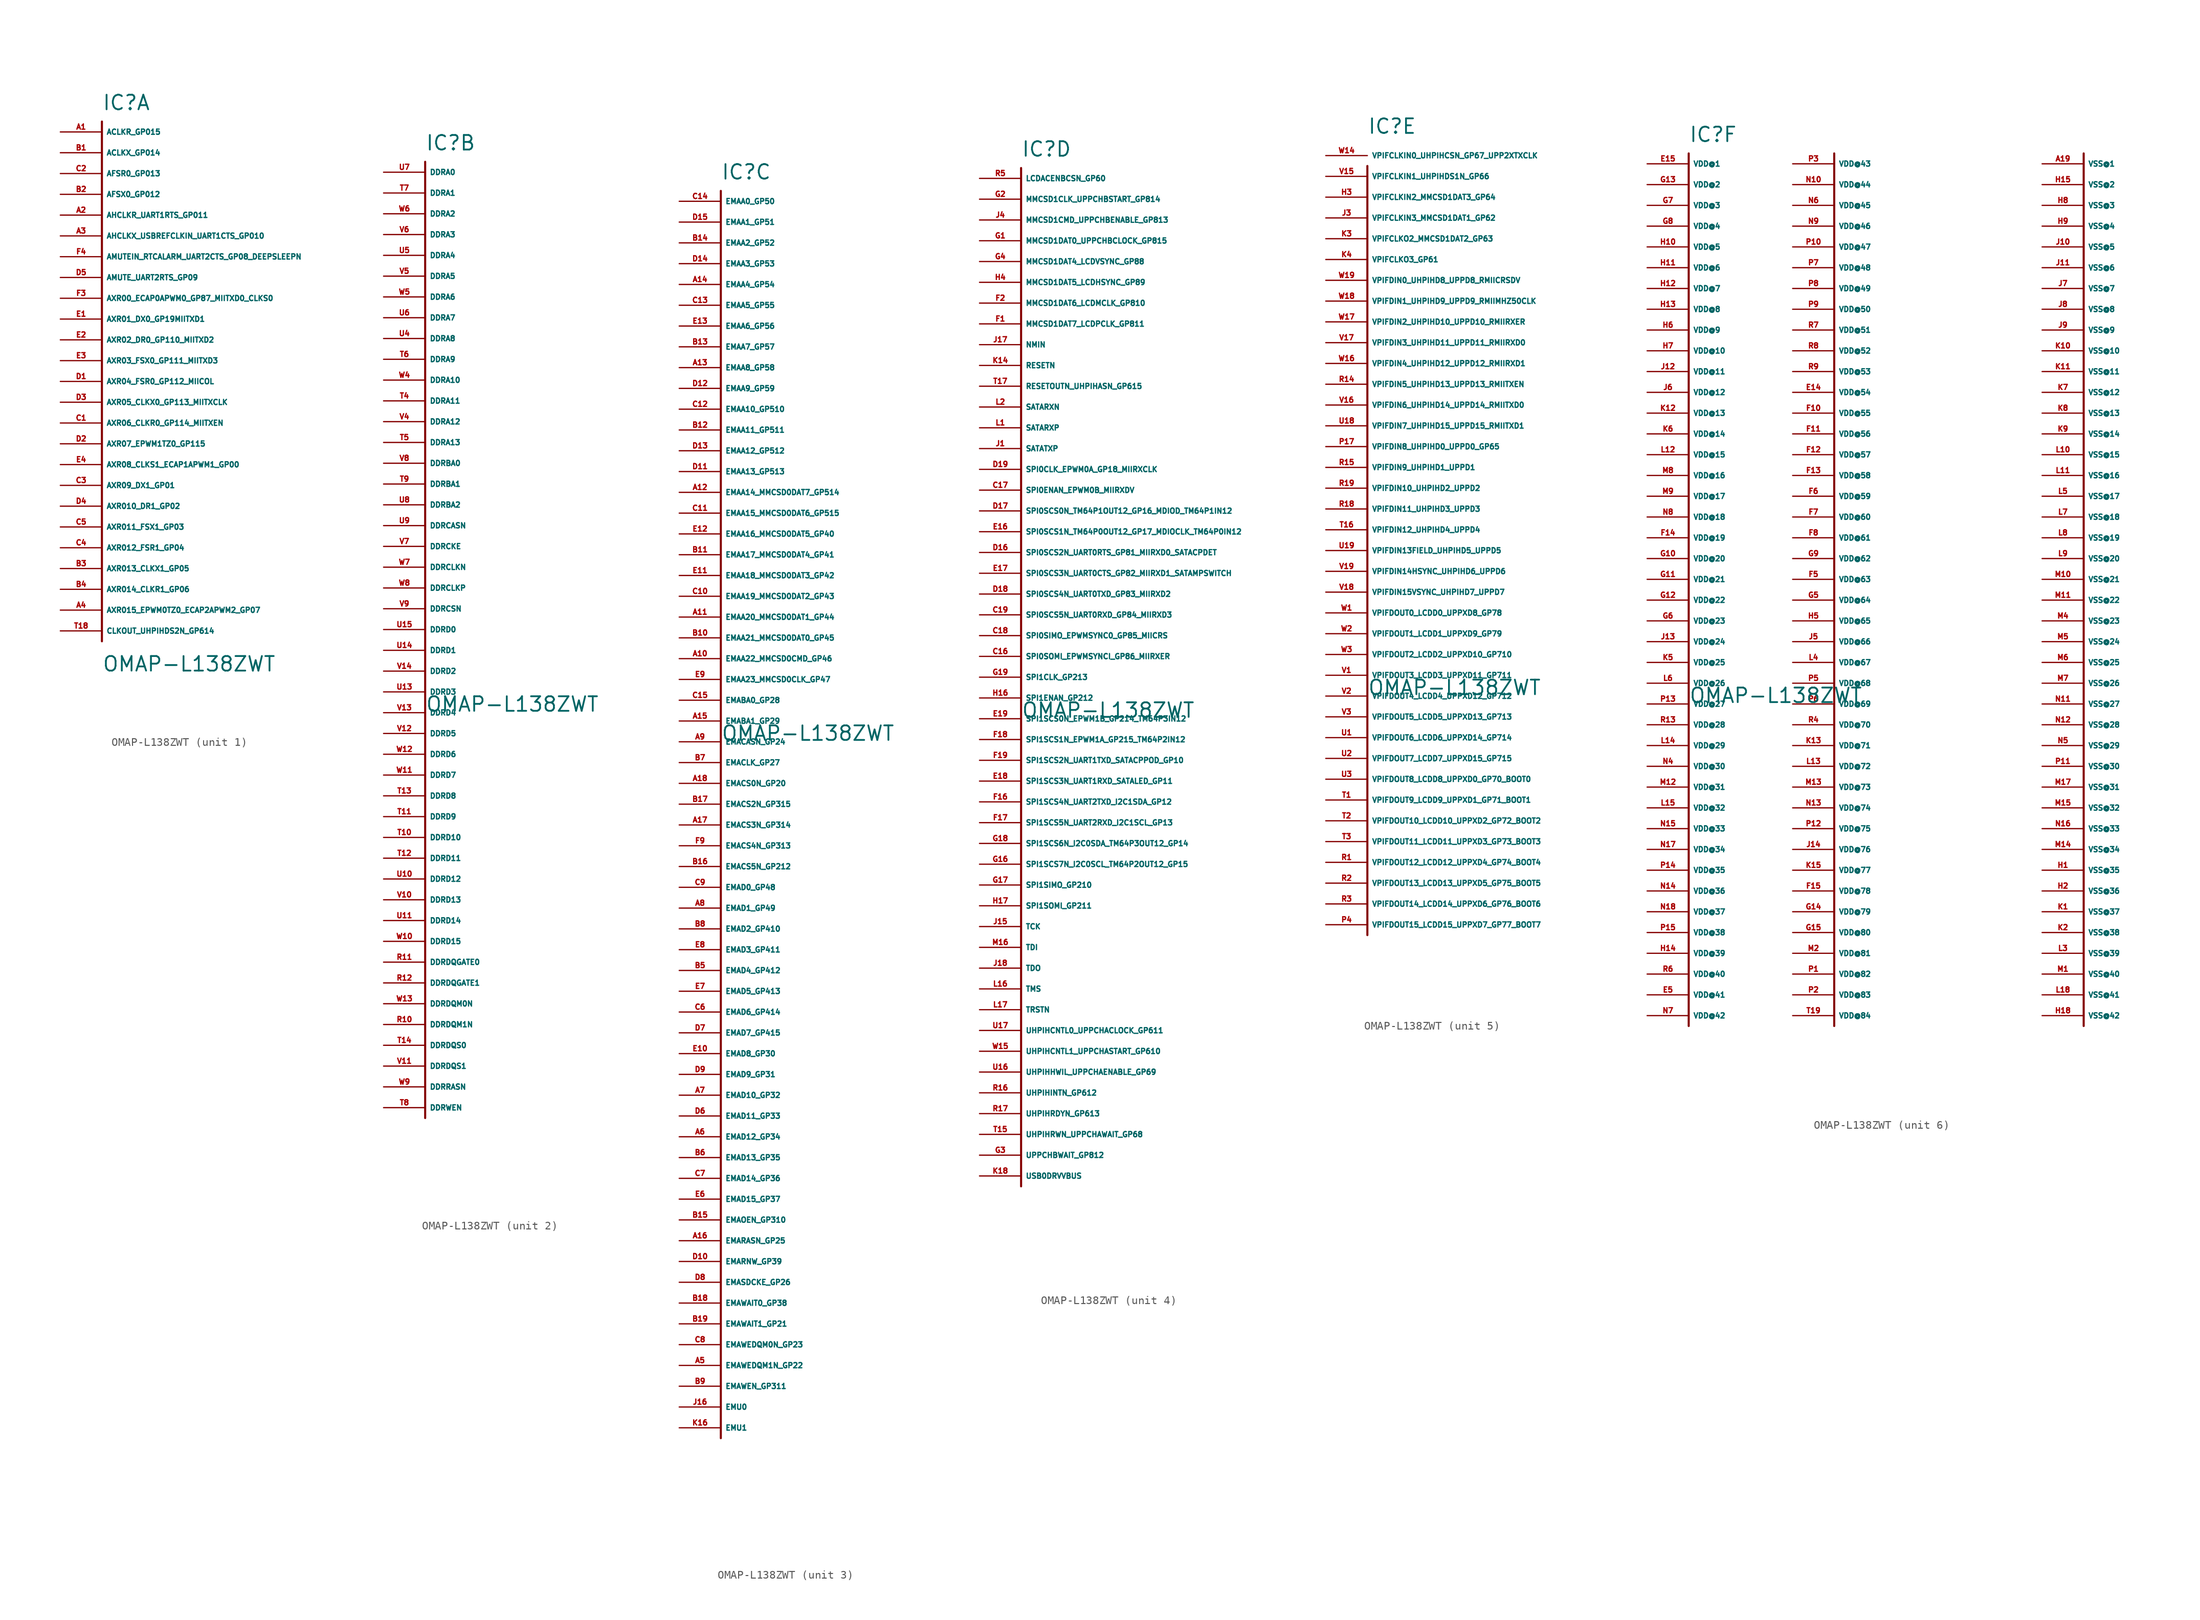
<source format=kicad_sym>
(kicad_symbol_lib
  (version 20220914)
  (generator Eagle2Kicad)
  (symbol "OMAP-L138ZWT"
    (property "Reference" "IC"
      (at 0 2.54 0)
      (effects (font (size 1.778 1.778) (thickness 0.22)) (justify left bottom)))
    (property "Value" "OMAP-L138ZWT"
      (at 0 -66.04 0)
      (effects (font (size 1.778 1.778) (thickness 0.22)) (justify left bottom)))
    (symbol "OMAP-L138ZWT_1_0"
      (polyline (pts (xy 0 1.27) (xy 0 -62.23)) (stroke (width 0.254) (type default)) (fill (type none)))
      (pin bidirectional line (at -5.08 0 0) (length 5.08) (name "ACLKR_GP015" (effects (font (size 0.635 0.635) (thickness 0.08)) (justify left bottom))) (number "A1" (effects (font (size 0.635 0.635) (thickness 0.08)) (justify left bottom))))
      (pin bidirectional line (at -5.08 -2.54 0) (length 5.08) (name "ACLKX_GP014" (effects (font (size 0.635 0.635) (thickness 0.08)) (justify left bottom))) (number "B1" (effects (font (size 0.635 0.635) (thickness 0.08)) (justify left bottom))))
      (pin bidirectional line (at -5.08 -5.08 0) (length 5.08) (name "AFSR0_GP013" (effects (font (size 0.635 0.635) (thickness 0.08)) (justify left bottom))) (number "C2" (effects (font (size 0.635 0.635) (thickness 0.08)) (justify left bottom))))
      (pin bidirectional line (at -5.08 -7.62 0) (length 5.08) (name "AFSX0_GP012" (effects (font (size 0.635 0.635) (thickness 0.08)) (justify left bottom))) (number "B2" (effects (font (size 0.635 0.635) (thickness 0.08)) (justify left bottom))))
      (pin bidirectional line (at -5.08 -10.16 0) (length 5.08) (name "AHCLKR_UART1RTS_GP011" (effects (font (size 0.635 0.635) (thickness 0.08)) (justify left bottom))) (number "A2" (effects (font (size 0.635 0.635) (thickness 0.08)) (justify left bottom))))
      (pin bidirectional line (at -5.08 -12.7 0) (length 5.08) (name "AHCLKX_USBREFCLKIN_UART1CTS_GP010" (effects (font (size 0.635 0.635) (thickness 0.08)) (justify left bottom))) (number "A3" (effects (font (size 0.635 0.635) (thickness 0.08)) (justify left bottom))))
      (pin bidirectional line (at -5.08 -15.24 0) (length 5.08) (name "AMUTEIN_RTCALARM_UART2CTS_GP08_DEEPSLEEPN" (effects (font (size 0.635 0.635) (thickness 0.08)) (justify left bottom))) (number "F4" (effects (font (size 0.635 0.635) (thickness 0.08)) (justify left bottom))))
      (pin bidirectional line (at -5.08 -17.78 0) (length 5.08) (name "AMUTE_UART2RTS_GP09" (effects (font (size 0.635 0.635) (thickness 0.08)) (justify left bottom))) (number "D5" (effects (font (size 0.635 0.635) (thickness 0.08)) (justify left bottom))))
      (pin bidirectional line (at -5.08 -20.32 0) (length 5.08) (name "AXR00_ECAP0APWM0_GP87_MIITXD0_CLKS0" (effects (font (size 0.635 0.635) (thickness 0.08)) (justify left bottom))) (number "F3" (effects (font (size 0.635 0.635) (thickness 0.08)) (justify left bottom))))
      (pin bidirectional line (at -5.08 -22.86 0) (length 5.08) (name "AXR01_DX0_GP19MIITXD1" (effects (font (size 0.635 0.635) (thickness 0.08)) (justify left bottom))) (number "E1" (effects (font (size 0.635 0.635) (thickness 0.08)) (justify left bottom))))
      (pin bidirectional line (at -5.08 -25.4 0) (length 5.08) (name "AXR02_DR0_GP110_MIITXD2" (effects (font (size 0.635 0.635) (thickness 0.08)) (justify left bottom))) (number "E2" (effects (font (size 0.635 0.635) (thickness 0.08)) (justify left bottom))))
      (pin bidirectional line (at -5.08 -27.94 0) (length 5.08) (name "AXR03_FSX0_GP111_MIITXD3" (effects (font (size 0.635 0.635) (thickness 0.08)) (justify left bottom))) (number "E3" (effects (font (size 0.635 0.635) (thickness 0.08)) (justify left bottom))))
      (pin bidirectional line (at -5.08 -30.48 0) (length 5.08) (name "AXR04_FSR0_GP112_MIICOL" (effects (font (size 0.635 0.635) (thickness 0.08)) (justify left bottom))) (number "D1" (effects (font (size 0.635 0.635) (thickness 0.08)) (justify left bottom))))
      (pin bidirectional line (at -5.08 -33.02 0) (length 5.08) (name "AXR05_CLKX0_GP113_MIITXCLK" (effects (font (size 0.635 0.635) (thickness 0.08)) (justify left bottom))) (number "D3" (effects (font (size 0.635 0.635) (thickness 0.08)) (justify left bottom))))
      (pin bidirectional line (at -5.08 -35.56 0) (length 5.08) (name "AXR06_CLKR0_GP114_MIITXEN" (effects (font (size 0.635 0.635) (thickness 0.08)) (justify left bottom))) (number "C1" (effects (font (size 0.635 0.635) (thickness 0.08)) (justify left bottom))))
      (pin bidirectional line (at -5.08 -38.1 0) (length 5.08) (name "AXR07_EPWM1TZ0_GP115" (effects (font (size 0.635 0.635) (thickness 0.08)) (justify left bottom))) (number "D2" (effects (font (size 0.635 0.635) (thickness 0.08)) (justify left bottom))))
      (pin bidirectional line (at -5.08 -40.64 0) (length 5.08) (name "AXR08_CLKS1_ECAP1APWM1_GP00" (effects (font (size 0.635 0.635) (thickness 0.08)) (justify left bottom))) (number "E4" (effects (font (size 0.635 0.635) (thickness 0.08)) (justify left bottom))))
      (pin bidirectional line (at -5.08 -43.18 0) (length 5.08) (name "AXR09_DX1_GP01" (effects (font (size 0.635 0.635) (thickness 0.08)) (justify left bottom))) (number "C3" (effects (font (size 0.635 0.635) (thickness 0.08)) (justify left bottom))))
      (pin bidirectional line (at -5.08 -45.72 0) (length 5.08) (name "AXR010_DR1_GP02" (effects (font (size 0.635 0.635) (thickness 0.08)) (justify left bottom))) (number "D4" (effects (font (size 0.635 0.635) (thickness 0.08)) (justify left bottom))))
      (pin bidirectional line (at -5.08 -48.26 0) (length 5.08) (name "AXR011_FSX1_GP03" (effects (font (size 0.635 0.635) (thickness 0.08)) (justify left bottom))) (number "C5" (effects (font (size 0.635 0.635) (thickness 0.08)) (justify left bottom))))
      (pin bidirectional line (at -5.08 -50.8 0) (length 5.08) (name "AXR012_FSR1_GP04" (effects (font (size 0.635 0.635) (thickness 0.08)) (justify left bottom))) (number "C4" (effects (font (size 0.635 0.635) (thickness 0.08)) (justify left bottom))))
      (pin bidirectional line (at -5.08 -53.34 0) (length 5.08) (name "AXR013_CLKX1_GP05" (effects (font (size 0.635 0.635) (thickness 0.08)) (justify left bottom))) (number "B3" (effects (font (size 0.635 0.635) (thickness 0.08)) (justify left bottom))))
      (pin bidirectional line (at -5.08 -55.88 0) (length 5.08) (name "AXR014_CLKR1_GP06" (effects (font (size 0.635 0.635) (thickness 0.08)) (justify left bottom))) (number "B4" (effects (font (size 0.635 0.635) (thickness 0.08)) (justify left bottom))))
      (pin bidirectional line (at -5.08 -58.42 0) (length 5.08) (name "AXR015_EPWM0TZ0_ECAP2APWM2_GP07" (effects (font (size 0.635 0.635) (thickness 0.08)) (justify left bottom))) (number "A4" (effects (font (size 0.635 0.635) (thickness 0.08)) (justify left bottom))))
      (pin bidirectional line (at -5.08 -60.96 0) (length 5.08) (name "CLKOUT_UHPIHDS2N_GP614" (effects (font (size 0.635 0.635) (thickness 0.08)) (justify left bottom))) (number "T18" (effects (font (size 0.635 0.635) (thickness 0.08)) (justify left bottom)))))
    (symbol "OMAP-L138ZWT_2_0"
      (polyline (pts (xy 0 -115.57) (xy 0 1.27)) (stroke (width 0.254) (type default)) (fill (type none)))
      (pin bidirectional line (at -5.08 0 0) (length 5.08) (name "DDRA0" (effects (font (size 0.635 0.635) (thickness 0.08)) (justify left bottom))) (number "U7" (effects (font (size 0.635 0.635) (thickness 0.08)) (justify left bottom))))
      (pin bidirectional line (at -5.08 -2.54 0) (length 5.08) (name "DDRA1" (effects (font (size 0.635 0.635) (thickness 0.08)) (justify left bottom))) (number "T7" (effects (font (size 0.635 0.635) (thickness 0.08)) (justify left bottom))))
      (pin bidirectional line (at -5.08 -5.08 0) (length 5.08) (name "DDRA2" (effects (font (size 0.635 0.635) (thickness 0.08)) (justify left bottom))) (number "W6" (effects (font (size 0.635 0.635) (thickness 0.08)) (justify left bottom))))
      (pin bidirectional line (at -5.08 -7.62 0) (length 5.08) (name "DDRA3" (effects (font (size 0.635 0.635) (thickness 0.08)) (justify left bottom))) (number "V6" (effects (font (size 0.635 0.635) (thickness 0.08)) (justify left bottom))))
      (pin bidirectional line (at -5.08 -10.16 0) (length 5.08) (name "DDRA4" (effects (font (size 0.635 0.635) (thickness 0.08)) (justify left bottom))) (number "U5" (effects (font (size 0.635 0.635) (thickness 0.08)) (justify left bottom))))
      (pin bidirectional line (at -5.08 -12.7 0) (length 5.08) (name "DDRA5" (effects (font (size 0.635 0.635) (thickness 0.08)) (justify left bottom))) (number "V5" (effects (font (size 0.635 0.635) (thickness 0.08)) (justify left bottom))))
      (pin bidirectional line (at -5.08 -15.24 0) (length 5.08) (name "DDRA6" (effects (font (size 0.635 0.635) (thickness 0.08)) (justify left bottom))) (number "W5" (effects (font (size 0.635 0.635) (thickness 0.08)) (justify left bottom))))
      (pin bidirectional line (at -5.08 -17.78 0) (length 5.08) (name "DDRA7" (effects (font (size 0.635 0.635) (thickness 0.08)) (justify left bottom))) (number "U6" (effects (font (size 0.635 0.635) (thickness 0.08)) (justify left bottom))))
      (pin bidirectional line (at -5.08 -20.32 0) (length 5.08) (name "DDRA8" (effects (font (size 0.635 0.635) (thickness 0.08)) (justify left bottom))) (number "U4" (effects (font (size 0.635 0.635) (thickness 0.08)) (justify left bottom))))
      (pin bidirectional line (at -5.08 -22.86 0) (length 5.08) (name "DDRA9" (effects (font (size 0.635 0.635) (thickness 0.08)) (justify left bottom))) (number "T6" (effects (font (size 0.635 0.635) (thickness 0.08)) (justify left bottom))))
      (pin bidirectional line (at -5.08 -25.4 0) (length 5.08) (name "DDRA10" (effects (font (size 0.635 0.635) (thickness 0.08)) (justify left bottom))) (number "W4" (effects (font (size 0.635 0.635) (thickness 0.08)) (justify left bottom))))
      (pin bidirectional line (at -5.08 -27.94 0) (length 5.08) (name "DDRA11" (effects (font (size 0.635 0.635) (thickness 0.08)) (justify left bottom))) (number "T4" (effects (font (size 0.635 0.635) (thickness 0.08)) (justify left bottom))))
      (pin bidirectional line (at -5.08 -30.48 0) (length 5.08) (name "DDRA12" (effects (font (size 0.635 0.635) (thickness 0.08)) (justify left bottom))) (number "V4" (effects (font (size 0.635 0.635) (thickness 0.08)) (justify left bottom))))
      (pin bidirectional line (at -5.08 -33.02 0) (length 5.08) (name "DDRA13" (effects (font (size 0.635 0.635) (thickness 0.08)) (justify left bottom))) (number "T5" (effects (font (size 0.635 0.635) (thickness 0.08)) (justify left bottom))))
      (pin bidirectional line (at -5.08 -35.56 0) (length 5.08) (name "DDRBA0" (effects (font (size 0.635 0.635) (thickness 0.08)) (justify left bottom))) (number "V8" (effects (font (size 0.635 0.635) (thickness 0.08)) (justify left bottom))))
      (pin bidirectional line (at -5.08 -38.1 0) (length 5.08) (name "DDRBA1" (effects (font (size 0.635 0.635) (thickness 0.08)) (justify left bottom))) (number "T9" (effects (font (size 0.635 0.635) (thickness 0.08)) (justify left bottom))))
      (pin bidirectional line (at -5.08 -40.64 0) (length 5.08) (name "DDRBA2" (effects (font (size 0.635 0.635) (thickness 0.08)) (justify left bottom))) (number "U8" (effects (font (size 0.635 0.635) (thickness 0.08)) (justify left bottom))))
      (pin bidirectional line (at -5.08 -43.18 0) (length 5.08) (name "DDRCASN" (effects (font (size 0.635 0.635) (thickness 0.08)) (justify left bottom))) (number "U9" (effects (font (size 0.635 0.635) (thickness 0.08)) (justify left bottom))))
      (pin bidirectional line (at -5.08 -45.72 0) (length 5.08) (name "DDRCKE" (effects (font (size 0.635 0.635) (thickness 0.08)) (justify left bottom))) (number "V7" (effects (font (size 0.635 0.635) (thickness 0.08)) (justify left bottom))))
      (pin bidirectional line (at -5.08 -48.26 0) (length 5.08) (name "DDRCLKN" (effects (font (size 0.635 0.635) (thickness 0.08)) (justify left bottom))) (number "W7" (effects (font (size 0.635 0.635) (thickness 0.08)) (justify left bottom))))
      (pin bidirectional line (at -5.08 -50.8 0) (length 5.08) (name "DDRCLKP" (effects (font (size 0.635 0.635) (thickness 0.08)) (justify left bottom))) (number "W8" (effects (font (size 0.635 0.635) (thickness 0.08)) (justify left bottom))))
      (pin bidirectional line (at -5.08 -53.34 0) (length 5.08) (name "DDRCSN" (effects (font (size 0.635 0.635) (thickness 0.08)) (justify left bottom))) (number "V9" (effects (font (size 0.635 0.635) (thickness 0.08)) (justify left bottom))))
      (pin bidirectional line (at -5.08 -55.88 0) (length 5.08) (name "DDRD0" (effects (font (size 0.635 0.635) (thickness 0.08)) (justify left bottom))) (number "U15" (effects (font (size 0.635 0.635) (thickness 0.08)) (justify left bottom))))
      (pin bidirectional line (at -5.08 -58.42 0) (length 5.08) (name "DDRD1" (effects (font (size 0.635 0.635) (thickness 0.08)) (justify left bottom))) (number "U14" (effects (font (size 0.635 0.635) (thickness 0.08)) (justify left bottom))))
      (pin bidirectional line (at -5.08 -60.96 0) (length 5.08) (name "DDRD2" (effects (font (size 0.635 0.635) (thickness 0.08)) (justify left bottom))) (number "V14" (effects (font (size 0.635 0.635) (thickness 0.08)) (justify left bottom))))
      (pin bidirectional line (at -5.08 -63.5 0) (length 5.08) (name "DDRD3" (effects (font (size 0.635 0.635) (thickness 0.08)) (justify left bottom))) (number "U13" (effects (font (size 0.635 0.635) (thickness 0.08)) (justify left bottom))))
      (pin bidirectional line (at -5.08 -66.04 0) (length 5.08) (name "DDRD4" (effects (font (size 0.635 0.635) (thickness 0.08)) (justify left bottom))) (number "V13" (effects (font (size 0.635 0.635) (thickness 0.08)) (justify left bottom))))
      (pin bidirectional line (at -5.08 -68.58 0) (length 5.08) (name "DDRD5" (effects (font (size 0.635 0.635) (thickness 0.08)) (justify left bottom))) (number "V12" (effects (font (size 0.635 0.635) (thickness 0.08)) (justify left bottom))))
      (pin bidirectional line (at -5.08 -71.12 0) (length 5.08) (name "DDRD6" (effects (font (size 0.635 0.635) (thickness 0.08)) (justify left bottom))) (number "W12" (effects (font (size 0.635 0.635) (thickness 0.08)) (justify left bottom))))
      (pin bidirectional line (at -5.08 -73.66 0) (length 5.08) (name "DDRD7" (effects (font (size 0.635 0.635) (thickness 0.08)) (justify left bottom))) (number "W11" (effects (font (size 0.635 0.635) (thickness 0.08)) (justify left bottom))))
      (pin bidirectional line (at -5.08 -76.2 0) (length 5.08) (name "DDRD8" (effects (font (size 0.635 0.635) (thickness 0.08)) (justify left bottom))) (number "T13" (effects (font (size 0.635 0.635) (thickness 0.08)) (justify left bottom))))
      (pin bidirectional line (at -5.08 -78.74 0) (length 5.08) (name "DDRD9" (effects (font (size 0.635 0.635) (thickness 0.08)) (justify left bottom))) (number "T11" (effects (font (size 0.635 0.635) (thickness 0.08)) (justify left bottom))))
      (pin bidirectional line (at -5.08 -81.28 0) (length 5.08) (name "DDRD10" (effects (font (size 0.635 0.635) (thickness 0.08)) (justify left bottom))) (number "T10" (effects (font (size 0.635 0.635) (thickness 0.08)) (justify left bottom))))
      (pin bidirectional line (at -5.08 -83.82 0) (length 5.08) (name "DDRD11" (effects (font (size 0.635 0.635) (thickness 0.08)) (justify left bottom))) (number "T12" (effects (font (size 0.635 0.635) (thickness 0.08)) (justify left bottom))))
      (pin bidirectional line (at -5.08 -86.36 0) (length 5.08) (name "DDRD12" (effects (font (size 0.635 0.635) (thickness 0.08)) (justify left bottom))) (number "U10" (effects (font (size 0.635 0.635) (thickness 0.08)) (justify left bottom))))
      (pin bidirectional line (at -5.08 -88.9 0) (length 5.08) (name "DDRD13" (effects (font (size 0.635 0.635) (thickness 0.08)) (justify left bottom))) (number "V10" (effects (font (size 0.635 0.635) (thickness 0.08)) (justify left bottom))))
      (pin bidirectional line (at -5.08 -91.44 0) (length 5.08) (name "DDRD14" (effects (font (size 0.635 0.635) (thickness 0.08)) (justify left bottom))) (number "U11" (effects (font (size 0.635 0.635) (thickness 0.08)) (justify left bottom))))
      (pin bidirectional line (at -5.08 -93.98 0) (length 5.08) (name "DDRD15" (effects (font (size 0.635 0.635) (thickness 0.08)) (justify left bottom))) (number "W10" (effects (font (size 0.635 0.635) (thickness 0.08)) (justify left bottom))))
      (pin bidirectional line (at -5.08 -96.52 0) (length 5.08) (name "DDRDQGATE0" (effects (font (size 0.635 0.635) (thickness 0.08)) (justify left bottom))) (number "R11" (effects (font (size 0.635 0.635) (thickness 0.08)) (justify left bottom))))
      (pin bidirectional line (at -5.08 -99.06 0) (length 5.08) (name "DDRDQGATE1" (effects (font (size 0.635 0.635) (thickness 0.08)) (justify left bottom))) (number "R12" (effects (font (size 0.635 0.635) (thickness 0.08)) (justify left bottom))))
      (pin bidirectional line (at -5.08 -101.6 0) (length 5.08) (name "DDRDQM0N" (effects (font (size 0.635 0.635) (thickness 0.08)) (justify left bottom))) (number "W13" (effects (font (size 0.635 0.635) (thickness 0.08)) (justify left bottom))))
      (pin bidirectional line (at -5.08 -104.14 0) (length 5.08) (name "DDRDQM1N" (effects (font (size 0.635 0.635) (thickness 0.08)) (justify left bottom))) (number "R10" (effects (font (size 0.635 0.635) (thickness 0.08)) (justify left bottom))))
      (pin bidirectional line (at -5.08 -106.68 0) (length 5.08) (name "DDRDQS0" (effects (font (size 0.635 0.635) (thickness 0.08)) (justify left bottom))) (number "T14" (effects (font (size 0.635 0.635) (thickness 0.08)) (justify left bottom))))
      (pin bidirectional line (at -5.08 -109.22 0) (length 5.08) (name "DDRDQS1" (effects (font (size 0.635 0.635) (thickness 0.08)) (justify left bottom))) (number "V11" (effects (font (size 0.635 0.635) (thickness 0.08)) (justify left bottom))))
      (pin bidirectional line (at -5.08 -111.76 0) (length 5.08) (name "DDRRASN" (effects (font (size 0.635 0.635) (thickness 0.08)) (justify left bottom))) (number "W9" (effects (font (size 0.635 0.635) (thickness 0.08)) (justify left bottom))))
      (pin bidirectional line (at -5.08 -114.3 0) (length 5.08) (name "DDRWEN" (effects (font (size 0.635 0.635) (thickness 0.08)) (justify left bottom))) (number "T8" (effects (font (size 0.635 0.635) (thickness 0.08)) (justify left bottom)))))
    (symbol "OMAP-L138ZWT_3_0"
      (polyline (pts (xy 0 -151.13) (xy 0 1.27)) (stroke (width 0.254) (type default)) (fill (type none)))
      (pin bidirectional line (at -5.08 0 0) (length 5.08) (name "EMAA0_GP50" (effects (font (size 0.635 0.635) (thickness 0.08)) (justify left bottom))) (number "C14" (effects (font (size 0.635 0.635) (thickness 0.08)) (justify left bottom))))
      (pin bidirectional line (at -5.08 -2.54 0) (length 5.08) (name "EMAA1_GP51" (effects (font (size 0.635 0.635) (thickness 0.08)) (justify left bottom))) (number "D15" (effects (font (size 0.635 0.635) (thickness 0.08)) (justify left bottom))))
      (pin bidirectional line (at -5.08 -5.08 0) (length 5.08) (name "EMAA2_GP52" (effects (font (size 0.635 0.635) (thickness 0.08)) (justify left bottom))) (number "B14" (effects (font (size 0.635 0.635) (thickness 0.08)) (justify left bottom))))
      (pin bidirectional line (at -5.08 -7.62 0) (length 5.08) (name "EMAA3_GP53" (effects (font (size 0.635 0.635) (thickness 0.08)) (justify left bottom))) (number "D14" (effects (font (size 0.635 0.635) (thickness 0.08)) (justify left bottom))))
      (pin bidirectional line (at -5.08 -10.16 0) (length 5.08) (name "EMAA4_GP54" (effects (font (size 0.635 0.635) (thickness 0.08)) (justify left bottom))) (number "A14" (effects (font (size 0.635 0.635) (thickness 0.08)) (justify left bottom))))
      (pin bidirectional line (at -5.08 -12.7 0) (length 5.08) (name "EMAA5_GP55" (effects (font (size 0.635 0.635) (thickness 0.08)) (justify left bottom))) (number "C13" (effects (font (size 0.635 0.635) (thickness 0.08)) (justify left bottom))))
      (pin bidirectional line (at -5.08 -15.24 0) (length 5.08) (name "EMAA6_GP56" (effects (font (size 0.635 0.635) (thickness 0.08)) (justify left bottom))) (number "E13" (effects (font (size 0.635 0.635) (thickness 0.08)) (justify left bottom))))
      (pin bidirectional line (at -5.08 -17.78 0) (length 5.08) (name "EMAA7_GP57" (effects (font (size 0.635 0.635) (thickness 0.08)) (justify left bottom))) (number "B13" (effects (font (size 0.635 0.635) (thickness 0.08)) (justify left bottom))))
      (pin bidirectional line (at -5.08 -20.32 0) (length 5.08) (name "EMAA8_GP58" (effects (font (size 0.635 0.635) (thickness 0.08)) (justify left bottom))) (number "A13" (effects (font (size 0.635 0.635) (thickness 0.08)) (justify left bottom))))
      (pin bidirectional line (at -5.08 -22.86 0) (length 5.08) (name "EMAA9_GP59" (effects (font (size 0.635 0.635) (thickness 0.08)) (justify left bottom))) (number "D12" (effects (font (size 0.635 0.635) (thickness 0.08)) (justify left bottom))))
      (pin bidirectional line (at -5.08 -25.4 0) (length 5.08) (name "EMAA10_GP510" (effects (font (size 0.635 0.635) (thickness 0.08)) (justify left bottom))) (number "C12" (effects (font (size 0.635 0.635) (thickness 0.08)) (justify left bottom))))
      (pin bidirectional line (at -5.08 -27.94 0) (length 5.08) (name "EMAA11_GP511" (effects (font (size 0.635 0.635) (thickness 0.08)) (justify left bottom))) (number "B12" (effects (font (size 0.635 0.635) (thickness 0.08)) (justify left bottom))))
      (pin bidirectional line (at -5.08 -30.48 0) (length 5.08) (name "EMAA12_GP512" (effects (font (size 0.635 0.635) (thickness 0.08)) (justify left bottom))) (number "D13" (effects (font (size 0.635 0.635) (thickness 0.08)) (justify left bottom))))
      (pin bidirectional line (at -5.08 -33.02 0) (length 5.08) (name "EMAA13_GP513" (effects (font (size 0.635 0.635) (thickness 0.08)) (justify left bottom))) (number "D11" (effects (font (size 0.635 0.635) (thickness 0.08)) (justify left bottom))))
      (pin bidirectional line (at -5.08 -35.56 0) (length 5.08) (name "EMAA14_MMCSD0DAT7_GP514" (effects (font (size 0.635 0.635) (thickness 0.08)) (justify left bottom))) (number "A12" (effects (font (size 0.635 0.635) (thickness 0.08)) (justify left bottom))))
      (pin bidirectional line (at -5.08 -38.1 0) (length 5.08) (name "EMAA15_MMCSD0DAT6_GP515" (effects (font (size 0.635 0.635) (thickness 0.08)) (justify left bottom))) (number "C11" (effects (font (size 0.635 0.635) (thickness 0.08)) (justify left bottom))))
      (pin bidirectional line (at -5.08 -40.64 0) (length 5.08) (name "EMAA16_MMCSD0DAT5_GP40" (effects (font (size 0.635 0.635) (thickness 0.08)) (justify left bottom))) (number "E12" (effects (font (size 0.635 0.635) (thickness 0.08)) (justify left bottom))))
      (pin bidirectional line (at -5.08 -43.18 0) (length 5.08) (name "EMAA17_MMCSD0DAT4_GP41" (effects (font (size 0.635 0.635) (thickness 0.08)) (justify left bottom))) (number "B11" (effects (font (size 0.635 0.635) (thickness 0.08)) (justify left bottom))))
      (pin bidirectional line (at -5.08 -45.72 0) (length 5.08) (name "EMAA18_MMCSD0DAT3_GP42" (effects (font (size 0.635 0.635) (thickness 0.08)) (justify left bottom))) (number "E11" (effects (font (size 0.635 0.635) (thickness 0.08)) (justify left bottom))))
      (pin bidirectional line (at -5.08 -48.26 0) (length 5.08) (name "EMAA19_MMCSD0DAT2_GP43" (effects (font (size 0.635 0.635) (thickness 0.08)) (justify left bottom))) (number "C10" (effects (font (size 0.635 0.635) (thickness 0.08)) (justify left bottom))))
      (pin bidirectional line (at -5.08 -50.8 0) (length 5.08) (name "EMAA20_MMCSD0DAT1_GP44" (effects (font (size 0.635 0.635) (thickness 0.08)) (justify left bottom))) (number "A11" (effects (font (size 0.635 0.635) (thickness 0.08)) (justify left bottom))))
      (pin bidirectional line (at -5.08 -53.34 0) (length 5.08) (name "EMAA21_MMCSD0DAT0_GP45" (effects (font (size 0.635 0.635) (thickness 0.08)) (justify left bottom))) (number "B10" (effects (font (size 0.635 0.635) (thickness 0.08)) (justify left bottom))))
      (pin bidirectional line (at -5.08 -55.88 0) (length 5.08) (name "EMAA22_MMCSD0CMD_GP46" (effects (font (size 0.635 0.635) (thickness 0.08)) (justify left bottom))) (number "A10" (effects (font (size 0.635 0.635) (thickness 0.08)) (justify left bottom))))
      (pin bidirectional line (at -5.08 -58.42 0) (length 5.08) (name "EMAA23_MMCSD0CLK_GP47" (effects (font (size 0.635 0.635) (thickness 0.08)) (justify left bottom))) (number "E9" (effects (font (size 0.635 0.635) (thickness 0.08)) (justify left bottom))))
      (pin bidirectional line (at -5.08 -60.96 0) (length 5.08) (name "EMABA0_GP28" (effects (font (size 0.635 0.635) (thickness 0.08)) (justify left bottom))) (number "C15" (effects (font (size 0.635 0.635) (thickness 0.08)) (justify left bottom))))
      (pin bidirectional line (at -5.08 -63.5 0) (length 5.08) (name "EMABA1_GP29" (effects (font (size 0.635 0.635) (thickness 0.08)) (justify left bottom))) (number "A15" (effects (font (size 0.635 0.635) (thickness 0.08)) (justify left bottom))))
      (pin bidirectional line (at -5.08 -66.04 0) (length 5.08) (name "EMACASN_GP24" (effects (font (size 0.635 0.635) (thickness 0.08)) (justify left bottom))) (number "A9" (effects (font (size 0.635 0.635) (thickness 0.08)) (justify left bottom))))
      (pin bidirectional line (at -5.08 -68.58 0) (length 5.08) (name "EMACLK_GP27" (effects (font (size 0.635 0.635) (thickness 0.08)) (justify left bottom))) (number "B7" (effects (font (size 0.635 0.635) (thickness 0.08)) (justify left bottom))))
      (pin bidirectional line (at -5.08 -71.12 0) (length 5.08) (name "EMACS0N_GP20" (effects (font (size 0.635 0.635) (thickness 0.08)) (justify left bottom))) (number "A18" (effects (font (size 0.635 0.635) (thickness 0.08)) (justify left bottom))))
      (pin bidirectional line (at -5.08 -73.66 0) (length 5.08) (name "EMACS2N_GP315" (effects (font (size 0.635 0.635) (thickness 0.08)) (justify left bottom))) (number "B17" (effects (font (size 0.635 0.635) (thickness 0.08)) (justify left bottom))))
      (pin bidirectional line (at -5.08 -76.2 0) (length 5.08) (name "EMACS3N_GP314" (effects (font (size 0.635 0.635) (thickness 0.08)) (justify left bottom))) (number "A17" (effects (font (size 0.635 0.635) (thickness 0.08)) (justify left bottom))))
      (pin bidirectional line (at -5.08 -78.74 0) (length 5.08) (name "EMACS4N_GP313" (effects (font (size 0.635 0.635) (thickness 0.08)) (justify left bottom))) (number "F9" (effects (font (size 0.635 0.635) (thickness 0.08)) (justify left bottom))))
      (pin bidirectional line (at -5.08 -81.28 0) (length 5.08) (name "EMACS5N_GP212" (effects (font (size 0.635 0.635) (thickness 0.08)) (justify left bottom))) (number "B16" (effects (font (size 0.635 0.635) (thickness 0.08)) (justify left bottom))))
      (pin bidirectional line (at -5.08 -83.82 0) (length 5.08) (name "EMAD0_GP48" (effects (font (size 0.635 0.635) (thickness 0.08)) (justify left bottom))) (number "C9" (effects (font (size 0.635 0.635) (thickness 0.08)) (justify left bottom))))
      (pin bidirectional line (at -5.08 -86.36 0) (length 5.08) (name "EMAD1_GP49" (effects (font (size 0.635 0.635) (thickness 0.08)) (justify left bottom))) (number "A8" (effects (font (size 0.635 0.635) (thickness 0.08)) (justify left bottom))))
      (pin bidirectional line (at -5.08 -88.9 0) (length 5.08) (name "EMAD2_GP410" (effects (font (size 0.635 0.635) (thickness 0.08)) (justify left bottom))) (number "B8" (effects (font (size 0.635 0.635) (thickness 0.08)) (justify left bottom))))
      (pin bidirectional line (at -5.08 -91.44 0) (length 5.08) (name "EMAD3_GP411" (effects (font (size 0.635 0.635) (thickness 0.08)) (justify left bottom))) (number "E8" (effects (font (size 0.635 0.635) (thickness 0.08)) (justify left bottom))))
      (pin bidirectional line (at -5.08 -93.98 0) (length 5.08) (name "EMAD4_GP412" (effects (font (size 0.635 0.635) (thickness 0.08)) (justify left bottom))) (number "B5" (effects (font (size 0.635 0.635) (thickness 0.08)) (justify left bottom))))
      (pin bidirectional line (at -5.08 -96.52 0) (length 5.08) (name "EMAD5_GP413" (effects (font (size 0.635 0.635) (thickness 0.08)) (justify left bottom))) (number "E7" (effects (font (size 0.635 0.635) (thickness 0.08)) (justify left bottom))))
      (pin bidirectional line (at -5.08 -99.06 0) (length 5.08) (name "EMAD6_GP414" (effects (font (size 0.635 0.635) (thickness 0.08)) (justify left bottom))) (number "C6" (effects (font (size 0.635 0.635) (thickness 0.08)) (justify left bottom))))
      (pin bidirectional line (at -5.08 -101.6 0) (length 5.08) (name "EMAD7_GP415" (effects (font (size 0.635 0.635) (thickness 0.08)) (justify left bottom))) (number "D7" (effects (font (size 0.635 0.635) (thickness 0.08)) (justify left bottom))))
      (pin bidirectional line (at -5.08 -104.14 0) (length 5.08) (name "EMAD8_GP30" (effects (font (size 0.635 0.635) (thickness 0.08)) (justify left bottom))) (number "E10" (effects (font (size 0.635 0.635) (thickness 0.08)) (justify left bottom))))
      (pin bidirectional line (at -5.08 -106.68 0) (length 5.08) (name "EMAD9_GP31" (effects (font (size 0.635 0.635) (thickness 0.08)) (justify left bottom))) (number "D9" (effects (font (size 0.635 0.635) (thickness 0.08)) (justify left bottom))))
      (pin bidirectional line (at -5.08 -109.22 0) (length 5.08) (name "EMAD10_GP32" (effects (font (size 0.635 0.635) (thickness 0.08)) (justify left bottom))) (number "A7" (effects (font (size 0.635 0.635) (thickness 0.08)) (justify left bottom))))
      (pin bidirectional line (at -5.08 -111.76 0) (length 5.08) (name "EMAD11_GP33" (effects (font (size 0.635 0.635) (thickness 0.08)) (justify left bottom))) (number "D6" (effects (font (size 0.635 0.635) (thickness 0.08)) (justify left bottom))))
      (pin bidirectional line (at -5.08 -114.3 0) (length 5.08) (name "EMAD12_GP34" (effects (font (size 0.635 0.635) (thickness 0.08)) (justify left bottom))) (number "A6" (effects (font (size 0.635 0.635) (thickness 0.08)) (justify left bottom))))
      (pin bidirectional line (at -5.08 -116.84 0) (length 5.08) (name "EMAD13_GP35" (effects (font (size 0.635 0.635) (thickness 0.08)) (justify left bottom))) (number "B6" (effects (font (size 0.635 0.635) (thickness 0.08)) (justify left bottom))))
      (pin bidirectional line (at -5.08 -119.38 0) (length 5.08) (name "EMAD14_GP36" (effects (font (size 0.635 0.635) (thickness 0.08)) (justify left bottom))) (number "C7" (effects (font (size 0.635 0.635) (thickness 0.08)) (justify left bottom))))
      (pin bidirectional line (at -5.08 -121.92 0) (length 5.08) (name "EMAD15_GP37" (effects (font (size 0.635 0.635) (thickness 0.08)) (justify left bottom))) (number "E6" (effects (font (size 0.635 0.635) (thickness 0.08)) (justify left bottom))))
      (pin bidirectional line (at -5.08 -124.46 0) (length 5.08) (name "EMAOEN_GP310" (effects (font (size 0.635 0.635) (thickness 0.08)) (justify left bottom))) (number "B15" (effects (font (size 0.635 0.635) (thickness 0.08)) (justify left bottom))))
      (pin bidirectional line (at -5.08 -127 0) (length 5.08) (name "EMARASN_GP25" (effects (font (size 0.635 0.635) (thickness 0.08)) (justify left bottom))) (number "A16" (effects (font (size 0.635 0.635) (thickness 0.08)) (justify left bottom))))
      (pin bidirectional line (at -5.08 -129.54 0) (length 5.08) (name "EMARNW_GP39" (effects (font (size 0.635 0.635) (thickness 0.08)) (justify left bottom))) (number "D10" (effects (font (size 0.635 0.635) (thickness 0.08)) (justify left bottom))))
      (pin bidirectional line (at -5.08 -132.08 0) (length 5.08) (name "EMASDCKE_GP26" (effects (font (size 0.635 0.635) (thickness 0.08)) (justify left bottom))) (number "D8" (effects (font (size 0.635 0.635) (thickness 0.08)) (justify left bottom))))
      (pin bidirectional line (at -5.08 -134.62 0) (length 5.08) (name "EMAWAIT0_GP38" (effects (font (size 0.635 0.635) (thickness 0.08)) (justify left bottom))) (number "B18" (effects (font (size 0.635 0.635) (thickness 0.08)) (justify left bottom))))
      (pin bidirectional line (at -5.08 -137.16 0) (length 5.08) (name "EMAWAIT1_GP21" (effects (font (size 0.635 0.635) (thickness 0.08)) (justify left bottom))) (number "B19" (effects (font (size 0.635 0.635) (thickness 0.08)) (justify left bottom))))
      (pin bidirectional line (at -5.08 -139.7 0) (length 5.08) (name "EMAWEDQM0N_GP23" (effects (font (size 0.635 0.635) (thickness 0.08)) (justify left bottom))) (number "C8" (effects (font (size 0.635 0.635) (thickness 0.08)) (justify left bottom))))
      (pin bidirectional line (at -5.08 -142.24 0) (length 5.08) (name "EMAWEDQM1N_GP22" (effects (font (size 0.635 0.635) (thickness 0.08)) (justify left bottom))) (number "A5" (effects (font (size 0.635 0.635) (thickness 0.08)) (justify left bottom))))
      (pin bidirectional line (at -5.08 -144.78 0) (length 5.08) (name "EMAWEN_GP311" (effects (font (size 0.635 0.635) (thickness 0.08)) (justify left bottom))) (number "B9" (effects (font (size 0.635 0.635) (thickness 0.08)) (justify left bottom))))
      (pin bidirectional line (at -5.08 -147.32 0) (length 5.08) (name "EMU0" (effects (font (size 0.635 0.635) (thickness 0.08)) (justify left bottom))) (number "J16" (effects (font (size 0.635 0.635) (thickness 0.08)) (justify left bottom))))
      (pin bidirectional line (at -5.08 -149.86 0) (length 5.08) (name "EMU1" (effects (font (size 0.635 0.635) (thickness 0.08)) (justify left bottom))) (number "K16" (effects (font (size 0.635 0.635) (thickness 0.08)) (justify left bottom)))))
    (symbol "OMAP-L138ZWT_4_0"
      (polyline (pts (xy 0 -123.19) (xy 0 1.27)) (stroke (width 0.254) (type default)) (fill (type none)))
      (pin bidirectional line (at -5.08 0 0) (length 5.08) (name "LCDACENBCSN_GP60" (effects (font (size 0.635 0.635) (thickness 0.08)) (justify left bottom))) (number "R5" (effects (font (size 0.635 0.635) (thickness 0.08)) (justify left bottom))))
      (pin bidirectional line (at -5.08 -2.54 0) (length 5.08) (name "MMCSD1CLK_UPPCHBSTART_GP814" (effects (font (size 0.635 0.635) (thickness 0.08)) (justify left bottom))) (number "G2" (effects (font (size 0.635 0.635) (thickness 0.08)) (justify left bottom))))
      (pin bidirectional line (at -5.08 -5.08 0) (length 5.08) (name "MMCSD1CMD_UPPCHBENABLE_GP813" (effects (font (size 0.635 0.635) (thickness 0.08)) (justify left bottom))) (number "J4" (effects (font (size 0.635 0.635) (thickness 0.08)) (justify left bottom))))
      (pin bidirectional line (at -5.08 -7.62 0) (length 5.08) (name "MMCSD1DAT0_UPPCHBCLOCK_GP815" (effects (font (size 0.635 0.635) (thickness 0.08)) (justify left bottom))) (number "G1" (effects (font (size 0.635 0.635) (thickness 0.08)) (justify left bottom))))
      (pin bidirectional line (at -5.08 -10.16 0) (length 5.08) (name "MMCSD1DAT4_LCDVSYNC_GP88" (effects (font (size 0.635 0.635) (thickness 0.08)) (justify left bottom))) (number "G4" (effects (font (size 0.635 0.635) (thickness 0.08)) (justify left bottom))))
      (pin bidirectional line (at -5.08 -12.7 0) (length 5.08) (name "MMCSD1DAT5_LCDHSYNC_GP89" (effects (font (size 0.635 0.635) (thickness 0.08)) (justify left bottom))) (number "H4" (effects (font (size 0.635 0.635) (thickness 0.08)) (justify left bottom))))
      (pin bidirectional line (at -5.08 -15.24 0) (length 5.08) (name "MMCSD1DAT6_LCDMCLK_GP810" (effects (font (size 0.635 0.635) (thickness 0.08)) (justify left bottom))) (number "F2" (effects (font (size 0.635 0.635) (thickness 0.08)) (justify left bottom))))
      (pin bidirectional line (at -5.08 -17.78 0) (length 5.08) (name "MMCSD1DAT7_LCDPCLK_GP811" (effects (font (size 0.635 0.635) (thickness 0.08)) (justify left bottom))) (number "F1" (effects (font (size 0.635 0.635) (thickness 0.08)) (justify left bottom))))
      (pin input line (at -5.08 -20.32 0) (length 5.08) (name "NMIN" (effects (font (size 0.635 0.635) (thickness 0.08)) (justify left bottom))) (number "J17" (effects (font (size 0.635 0.635) (thickness 0.08)) (justify left bottom))))
      (pin input line (at -5.08 -22.86 0) (length 5.08) (name "RESETN" (effects (font (size 0.635 0.635) (thickness 0.08)) (justify left bottom))) (number "K14" (effects (font (size 0.635 0.635) (thickness 0.08)) (justify left bottom))))
      (pin bidirectional line (at -5.08 -25.4 0) (length 5.08) (name "RESETOUTN_UHPIHASN_GP615" (effects (font (size 0.635 0.635) (thickness 0.08)) (justify left bottom))) (number "T17" (effects (font (size 0.635 0.635) (thickness 0.08)) (justify left bottom))))
      (pin input line (at -5.08 -27.94 0) (length 5.08) (name "SATARXN" (effects (font (size 0.635 0.635) (thickness 0.08)) (justify left bottom))) (number "L2" (effects (font (size 0.635 0.635) (thickness 0.08)) (justify left bottom))))
      (pin input line (at -5.08 -30.48 0) (length 5.08) (name "SATARXP" (effects (font (size 0.635 0.635) (thickness 0.08)) (justify left bottom))) (number "L1" (effects (font (size 0.635 0.635) (thickness 0.08)) (justify left bottom))))
      (pin tri_state line (at -5.08 -33.02 0) (length 5.08) (name "SATATXP" (effects (font (size 0.635 0.635) (thickness 0.08)) (justify left bottom))) (number "J1" (effects (font (size 0.635 0.635) (thickness 0.08)) (justify left bottom))))
      (pin bidirectional line (at -5.08 -35.56 0) (length 5.08) (name "SPI0CLK_EPWM0A_GP18_MIIRXCLK" (effects (font (size 0.635 0.635) (thickness 0.08)) (justify left bottom))) (number "D19" (effects (font (size 0.635 0.635) (thickness 0.08)) (justify left bottom))))
      (pin bidirectional line (at -5.08 -38.1 0) (length 5.08) (name "SPI0ENAN_EPWM0B_MIIRXDV" (effects (font (size 0.635 0.635) (thickness 0.08)) (justify left bottom))) (number "C17" (effects (font (size 0.635 0.635) (thickness 0.08)) (justify left bottom))))
      (pin bidirectional line (at -5.08 -40.64 0) (length 5.08) (name "SPI0SCS0N_TM64P1OUT12_GP16_MDIOD_TM64P1IN12" (effects (font (size 0.635 0.635) (thickness 0.08)) (justify left bottom))) (number "D17" (effects (font (size 0.635 0.635) (thickness 0.08)) (justify left bottom))))
      (pin bidirectional line (at -5.08 -43.18 0) (length 5.08) (name "SPI0SCS1N_TM64P0OUT12_GP17_MDIOCLK_TM64P0IN12" (effects (font (size 0.635 0.635) (thickness 0.08)) (justify left bottom))) (number "E16" (effects (font (size 0.635 0.635) (thickness 0.08)) (justify left bottom))))
      (pin bidirectional line (at -5.08 -45.72 0) (length 5.08) (name "SPI0SCS2N_UART0RTS_GP81_MIIRXD0_SATACPDET" (effects (font (size 0.635 0.635) (thickness 0.08)) (justify left bottom))) (number "D16" (effects (font (size 0.635 0.635) (thickness 0.08)) (justify left bottom))))
      (pin bidirectional line (at -5.08 -48.26 0) (length 5.08) (name "SPI0SCS3N_UART0CTS_GP82_MIIRXD1_SATAMPSWITCH" (effects (font (size 0.635 0.635) (thickness 0.08)) (justify left bottom))) (number "E17" (effects (font (size 0.635 0.635) (thickness 0.08)) (justify left bottom))))
      (pin bidirectional line (at -5.08 -50.8 0) (length 5.08) (name "SPI0SCS4N_UART0TXD_GP83_MIIRXD2" (effects (font (size 0.635 0.635) (thickness 0.08)) (justify left bottom))) (number "D18" (effects (font (size 0.635 0.635) (thickness 0.08)) (justify left bottom))))
      (pin bidirectional line (at -5.08 -53.34 0) (length 5.08) (name "SPI0SCS5N_UART0RXD_GP84_MIIRXD3" (effects (font (size 0.635 0.635) (thickness 0.08)) (justify left bottom))) (number "C19" (effects (font (size 0.635 0.635) (thickness 0.08)) (justify left bottom))))
      (pin bidirectional line (at -5.08 -55.88 0) (length 5.08) (name "SPI0SIMO_EPWMSYNC0_GP85_MIICRS" (effects (font (size 0.635 0.635) (thickness 0.08)) (justify left bottom))) (number "C18" (effects (font (size 0.635 0.635) (thickness 0.08)) (justify left bottom))))
      (pin bidirectional line (at -5.08 -58.42 0) (length 5.08) (name "SPI0SOMI_EPWMSYNCI_GP86_MIIRXER" (effects (font (size 0.635 0.635) (thickness 0.08)) (justify left bottom))) (number "C16" (effects (font (size 0.635 0.635) (thickness 0.08)) (justify left bottom))))
      (pin bidirectional line (at -5.08 -60.96 0) (length 5.08) (name "SPI1CLK_GP213" (effects (font (size 0.635 0.635) (thickness 0.08)) (justify left bottom))) (number "G19" (effects (font (size 0.635 0.635) (thickness 0.08)) (justify left bottom))))
      (pin bidirectional line (at -5.08 -63.5 0) (length 5.08) (name "SPI1ENAN_GP212" (effects (font (size 0.635 0.635) (thickness 0.08)) (justify left bottom))) (number "H16" (effects (font (size 0.635 0.635) (thickness 0.08)) (justify left bottom))))
      (pin bidirectional line (at -5.08 -66.04 0) (length 5.08) (name "SPI1SCS0N_EPWM1B_GP214_TM64P3IN12" (effects (font (size 0.635 0.635) (thickness 0.08)) (justify left bottom))) (number "E19" (effects (font (size 0.635 0.635) (thickness 0.08)) (justify left bottom))))
      (pin bidirectional line (at -5.08 -68.58 0) (length 5.08) (name "SPI1SCS1N_EPWM1A_GP215_TM64P2IN12" (effects (font (size 0.635 0.635) (thickness 0.08)) (justify left bottom))) (number "F18" (effects (font (size 0.635 0.635) (thickness 0.08)) (justify left bottom))))
      (pin bidirectional line (at -5.08 -71.12 0) (length 5.08) (name "SPI1SCS2N_UART1TXD_SATACPPOD_GP10" (effects (font (size 0.635 0.635) (thickness 0.08)) (justify left bottom))) (number "F19" (effects (font (size 0.635 0.635) (thickness 0.08)) (justify left bottom))))
      (pin bidirectional line (at -5.08 -73.66 0) (length 5.08) (name "SPI1SCS3N_UART1RXD_SATALED_GP11" (effects (font (size 0.635 0.635) (thickness 0.08)) (justify left bottom))) (number "E18" (effects (font (size 0.635 0.635) (thickness 0.08)) (justify left bottom))))
      (pin bidirectional line (at -5.08 -76.2 0) (length 5.08) (name "SPI1SCS4N_UART2TXD_I2C1SDA_GP12" (effects (font (size 0.635 0.635) (thickness 0.08)) (justify left bottom))) (number "F16" (effects (font (size 0.635 0.635) (thickness 0.08)) (justify left bottom))))
      (pin bidirectional line (at -5.08 -78.74 0) (length 5.08) (name "SPI1SCS5N_UART2RXD_I2C1SCL_GP13" (effects (font (size 0.635 0.635) (thickness 0.08)) (justify left bottom))) (number "F17" (effects (font (size 0.635 0.635) (thickness 0.08)) (justify left bottom))))
      (pin bidirectional line (at -5.08 -81.28 0) (length 5.08) (name "SPI1SCS6N_I2C0SDA_TM64P3OUT12_GP14" (effects (font (size 0.635 0.635) (thickness 0.08)) (justify left bottom))) (number "G18" (effects (font (size 0.635 0.635) (thickness 0.08)) (justify left bottom))))
      (pin bidirectional line (at -5.08 -83.82 0) (length 5.08) (name "SPI1SCS7N_I2C0SCL_TM64P2OUT12_GP15" (effects (font (size 0.635 0.635) (thickness 0.08)) (justify left bottom))) (number "G16" (effects (font (size 0.635 0.635) (thickness 0.08)) (justify left bottom))))
      (pin bidirectional line (at -5.08 -86.36 0) (length 5.08) (name "SPI1SIMO_GP210" (effects (font (size 0.635 0.635) (thickness 0.08)) (justify left bottom))) (number "G17" (effects (font (size 0.635 0.635) (thickness 0.08)) (justify left bottom))))
      (pin bidirectional line (at -5.08 -88.9 0) (length 5.08) (name "SPI1SOMI_GP211" (effects (font (size 0.635 0.635) (thickness 0.08)) (justify left bottom))) (number "H17" (effects (font (size 0.635 0.635) (thickness 0.08)) (justify left bottom))))
      (pin input line (at -5.08 -91.44 0) (length 5.08) (name "TCK" (effects (font (size 0.635 0.635) (thickness 0.08)) (justify left bottom))) (number "J15" (effects (font (size 0.635 0.635) (thickness 0.08)) (justify left bottom))))
      (pin input line (at -5.08 -93.98 0) (length 5.08) (name "TDI" (effects (font (size 0.635 0.635) (thickness 0.08)) (justify left bottom))) (number "M16" (effects (font (size 0.635 0.635) (thickness 0.08)) (justify left bottom))))
      (pin output line (at -5.08 -96.52 0) (length 5.08) (name "TDO" (effects (font (size 0.635 0.635) (thickness 0.08)) (justify left bottom))) (number "J18" (effects (font (size 0.635 0.635) (thickness 0.08)) (justify left bottom))))
      (pin input line (at -5.08 -99.06 0) (length 5.08) (name "TMS" (effects (font (size 0.635 0.635) (thickness 0.08)) (justify left bottom))) (number "L16" (effects (font (size 0.635 0.635) (thickness 0.08)) (justify left bottom))))
      (pin input line (at -5.08 -101.6 0) (length 5.08) (name "TRSTN" (effects (font (size 0.635 0.635) (thickness 0.08)) (justify left bottom))) (number "L17" (effects (font (size 0.635 0.635) (thickness 0.08)) (justify left bottom))))
      (pin bidirectional line (at -5.08 -104.14 0) (length 5.08) (name "UHPIHCNTL0_UPPCHACLOCK_GP611" (effects (font (size 0.635 0.635) (thickness 0.08)) (justify left bottom))) (number "U17" (effects (font (size 0.635 0.635) (thickness 0.08)) (justify left bottom))))
      (pin bidirectional line (at -5.08 -106.68 0) (length 5.08) (name "UHPIHCNTL1_UPPCHASTART_GP610" (effects (font (size 0.635 0.635) (thickness 0.08)) (justify left bottom))) (number "W15" (effects (font (size 0.635 0.635) (thickness 0.08)) (justify left bottom))))
      (pin bidirectional line (at -5.08 -109.22 0) (length 5.08) (name "UHPIHHWIL_UPPCHAENABLE_GP69" (effects (font (size 0.635 0.635) (thickness 0.08)) (justify left bottom))) (number "U16" (effects (font (size 0.635 0.635) (thickness 0.08)) (justify left bottom))))
      (pin bidirectional line (at -5.08 -111.76 0) (length 5.08) (name "UHPIHINTN_GP612" (effects (font (size 0.635 0.635) (thickness 0.08)) (justify left bottom))) (number "R16" (effects (font (size 0.635 0.635) (thickness 0.08)) (justify left bottom))))
      (pin bidirectional line (at -5.08 -114.3 0) (length 5.08) (name "UHPIHRDYN_GP613" (effects (font (size 0.635 0.635) (thickness 0.08)) (justify left bottom))) (number "R17" (effects (font (size 0.635 0.635) (thickness 0.08)) (justify left bottom))))
      (pin bidirectional line (at -5.08 -116.84 0) (length 5.08) (name "UHPIHRWN_UPPCHAWAIT_GP68" (effects (font (size 0.635 0.635) (thickness 0.08)) (justify left bottom))) (number "T15" (effects (font (size 0.635 0.635) (thickness 0.08)) (justify left bottom))))
      (pin bidirectional line (at -5.08 -119.38 0) (length 5.08) (name "UPPCHBWAIT_GP812" (effects (font (size 0.635 0.635) (thickness 0.08)) (justify left bottom))) (number "G3" (effects (font (size 0.635 0.635) (thickness 0.08)) (justify left bottom))))
      (pin bidirectional line (at -5.08 -121.92 0) (length 5.08) (name "USB0DRVVBUS" (effects (font (size 0.635 0.635) (thickness 0.08)) (justify left bottom))) (number "K18" (effects (font (size 0.635 0.635) (thickness 0.08)) (justify left bottom)))))
    (symbol "OMAP-L138ZWT_5_0"
      (polyline (pts (xy 0 -95.25) (xy 0 -1.27)) (stroke (width 0.254) (type default)) (fill (type none)))
      (pin bidirectional line (at -5.08 0 0) (length 5.08) (name "VPIFCLKIN0_UHPIHCSN_GP67_UPP2XTXCLK" (effects (font (size 0.635 0.635) (thickness 0.08)) (justify left bottom))) (number "W14" (effects (font (size 0.635 0.635) (thickness 0.08)) (justify left bottom))))
      (pin bidirectional line (at -5.08 -2.54 0) (length 5.08) (name "VPIFCLKIN1_UHPIHDS1N_GP66" (effects (font (size 0.635 0.635) (thickness 0.08)) (justify left bottom))) (number "V15" (effects (font (size 0.635 0.635) (thickness 0.08)) (justify left bottom))))
      (pin bidirectional line (at -5.08 -5.08 0) (length 5.08) (name "VPIFCLKIN2_MMCSD1DAT3_GP64" (effects (font (size 0.635 0.635) (thickness 0.08)) (justify left bottom))) (number "H3" (effects (font (size 0.635 0.635) (thickness 0.08)) (justify left bottom))))
      (pin bidirectional line (at -5.08 -7.62 0) (length 5.08) (name "VPIFCLKIN3_MMCSD1DAT1_GP62" (effects (font (size 0.635 0.635) (thickness 0.08)) (justify left bottom))) (number "J3" (effects (font (size 0.635 0.635) (thickness 0.08)) (justify left bottom))))
      (pin bidirectional line (at -5.08 -10.16 0) (length 5.08) (name "VPIFCLKO2_MMCSD1DAT2_GP63" (effects (font (size 0.635 0.635) (thickness 0.08)) (justify left bottom))) (number "K3" (effects (font (size 0.635 0.635) (thickness 0.08)) (justify left bottom))))
      (pin bidirectional line (at -5.08 -12.7 0) (length 5.08) (name "VPIFCLKO3_GP61" (effects (font (size 0.635 0.635) (thickness 0.08)) (justify left bottom))) (number "K4" (effects (font (size 0.635 0.635) (thickness 0.08)) (justify left bottom))))
      (pin bidirectional line (at -5.08 -15.24 0) (length 5.08) (name "VPIFDIN0_UHPIHD8_UPPD8_RMIICRSDV" (effects (font (size 0.635 0.635) (thickness 0.08)) (justify left bottom))) (number "W19" (effects (font (size 0.635 0.635) (thickness 0.08)) (justify left bottom))))
      (pin bidirectional line (at -5.08 -17.78 0) (length 5.08) (name "VPIFDIN1_UHPIHD9_UPPD9_RMIIMHZ50CLK" (effects (font (size 0.635 0.635) (thickness 0.08)) (justify left bottom))) (number "W18" (effects (font (size 0.635 0.635) (thickness 0.08)) (justify left bottom))))
      (pin bidirectional line (at -5.08 -20.32 0) (length 5.08) (name "VPIFDIN2_UHPIHD10_UPPD10_RMIIRXER" (effects (font (size 0.635 0.635) (thickness 0.08)) (justify left bottom))) (number "W17" (effects (font (size 0.635 0.635) (thickness 0.08)) (justify left bottom))))
      (pin bidirectional line (at -5.08 -22.86 0) (length 5.08) (name "VPIFDIN3_UHPIHD11_UPPD11_RMIIRXD0" (effects (font (size 0.635 0.635) (thickness 0.08)) (justify left bottom))) (number "V17" (effects (font (size 0.635 0.635) (thickness 0.08)) (justify left bottom))))
      (pin bidirectional line (at -5.08 -25.4 0) (length 5.08) (name "VPIFDIN4_UHPIHD12_UPPD12_RMIIRXD1" (effects (font (size 0.635 0.635) (thickness 0.08)) (justify left bottom))) (number "W16" (effects (font (size 0.635 0.635) (thickness 0.08)) (justify left bottom))))
      (pin bidirectional line (at -5.08 -27.94 0) (length 5.08) (name "VPIFDIN5_UHPIHD13_UPPD13_RMIITXEN" (effects (font (size 0.635 0.635) (thickness 0.08)) (justify left bottom))) (number "R14" (effects (font (size 0.635 0.635) (thickness 0.08)) (justify left bottom))))
      (pin bidirectional line (at -5.08 -30.48 0) (length 5.08) (name "VPIFDIN6_UHPIHD14_UPPD14_RMIITXD0" (effects (font (size 0.635 0.635) (thickness 0.08)) (justify left bottom))) (number "V16" (effects (font (size 0.635 0.635) (thickness 0.08)) (justify left bottom))))
      (pin bidirectional line (at -5.08 -33.02 0) (length 5.08) (name "VPIFDIN7_UHPIHD15_UPPD15_RMIITXD1" (effects (font (size 0.635 0.635) (thickness 0.08)) (justify left bottom))) (number "U18" (effects (font (size 0.635 0.635) (thickness 0.08)) (justify left bottom))))
      (pin bidirectional line (at -5.08 -35.56 0) (length 5.08) (name "VPIFDIN8_UHPIHD0_UPPD0_GP65" (effects (font (size 0.635 0.635) (thickness 0.08)) (justify left bottom))) (number "P17" (effects (font (size 0.635 0.635) (thickness 0.08)) (justify left bottom))))
      (pin bidirectional line (at -5.08 -38.1 0) (length 5.08) (name "VPIFDIN9_UHPIHD1_UPPD1" (effects (font (size 0.635 0.635) (thickness 0.08)) (justify left bottom))) (number "R15" (effects (font (size 0.635 0.635) (thickness 0.08)) (justify left bottom))))
      (pin bidirectional line (at -5.08 -40.64 0) (length 5.08) (name "VPIFDIN10_UHPIHD2_UPPD2" (effects (font (size 0.635 0.635) (thickness 0.08)) (justify left bottom))) (number "R19" (effects (font (size 0.635 0.635) (thickness 0.08)) (justify left bottom))))
      (pin bidirectional line (at -5.08 -43.18 0) (length 5.08) (name "VPIFDIN11_UHPIHD3_UPPD3" (effects (font (size 0.635 0.635) (thickness 0.08)) (justify left bottom))) (number "R18" (effects (font (size 0.635 0.635) (thickness 0.08)) (justify left bottom))))
      (pin bidirectional line (at -5.08 -45.72 0) (length 5.08) (name "VPIFDIN12_UHPIHD4_UPPD4" (effects (font (size 0.635 0.635) (thickness 0.08)) (justify left bottom))) (number "T16" (effects (font (size 0.635 0.635) (thickness 0.08)) (justify left bottom))))
      (pin bidirectional line (at -5.08 -48.26 0) (length 5.08) (name "VPIFDIN13FIELD_UHPIHD5_UPPD5" (effects (font (size 0.635 0.635) (thickness 0.08)) (justify left bottom))) (number "U19" (effects (font (size 0.635 0.635) (thickness 0.08)) (justify left bottom))))
      (pin bidirectional line (at -5.08 -50.8 0) (length 5.08) (name "VPIFDIN14HSYNC_UHPIHD6_UPPD6" (effects (font (size 0.635 0.635) (thickness 0.08)) (justify left bottom))) (number "V19" (effects (font (size 0.635 0.635) (thickness 0.08)) (justify left bottom))))
      (pin bidirectional line (at -5.08 -53.34 0) (length 5.08) (name "VPIFDIN15VSYNC_UHPIHD7_UPPD7" (effects (font (size 0.635 0.635) (thickness 0.08)) (justify left bottom))) (number "V18" (effects (font (size 0.635 0.635) (thickness 0.08)) (justify left bottom))))
      (pin bidirectional line (at -5.08 -55.88 0) (length 5.08) (name "VPIFDOUT0_LCDD0_UPPXD8_GP78" (effects (font (size 0.635 0.635) (thickness 0.08)) (justify left bottom))) (number "W1" (effects (font (size 0.635 0.635) (thickness 0.08)) (justify left bottom))))
      (pin bidirectional line (at -5.08 -58.42 0) (length 5.08) (name "VPIFDOUT1_LCDD1_UPPXD9_GP79" (effects (font (size 0.635 0.635) (thickness 0.08)) (justify left bottom))) (number "W2" (effects (font (size 0.635 0.635) (thickness 0.08)) (justify left bottom))))
      (pin bidirectional line (at -5.08 -60.96 0) (length 5.08) (name "VPIFDOUT2_LCDD2_UPPXD10_GP710" (effects (font (size 0.635 0.635) (thickness 0.08)) (justify left bottom))) (number "W3" (effects (font (size 0.635 0.635) (thickness 0.08)) (justify left bottom))))
      (pin bidirectional line (at -5.08 -63.5 0) (length 5.08) (name "VPIFDOUT3_LCDD3_UPPXD11_GP711" (effects (font (size 0.635 0.635) (thickness 0.08)) (justify left bottom))) (number "V1" (effects (font (size 0.635 0.635) (thickness 0.08)) (justify left bottom))))
      (pin bidirectional line (at -5.08 -66.04 0) (length 5.08) (name "VPIFDOUT4_LCDD4_UPPXD12_GP712" (effects (font (size 0.635 0.635) (thickness 0.08)) (justify left bottom))) (number "V2" (effects (font (size 0.635 0.635) (thickness 0.08)) (justify left bottom))))
      (pin bidirectional line (at -5.08 -68.58 0) (length 5.08) (name "VPIFDOUT5_LCDD5_UPPXD13_GP713" (effects (font (size 0.635 0.635) (thickness 0.08)) (justify left bottom))) (number "V3" (effects (font (size 0.635 0.635) (thickness 0.08)) (justify left bottom))))
      (pin bidirectional line (at -5.08 -71.12 0) (length 5.08) (name "VPIFDOUT6_LCDD6_UPPXD14_GP714" (effects (font (size 0.635 0.635) (thickness 0.08)) (justify left bottom))) (number "U1" (effects (font (size 0.635 0.635) (thickness 0.08)) (justify left bottom))))
      (pin bidirectional line (at -5.08 -73.66 0) (length 5.08) (name "VPIFDOUT7_LCDD7_UPPXD15_GP715" (effects (font (size 0.635 0.635) (thickness 0.08)) (justify left bottom))) (number "U2" (effects (font (size 0.635 0.635) (thickness 0.08)) (justify left bottom))))
      (pin bidirectional line (at -5.08 -76.2 0) (length 5.08) (name "VPIFDOUT8_LCDD8_UPPXD0_GP70_BOOT0" (effects (font (size 0.635 0.635) (thickness 0.08)) (justify left bottom))) (number "U3" (effects (font (size 0.635 0.635) (thickness 0.08)) (justify left bottom))))
      (pin bidirectional line (at -5.08 -78.74 0) (length 5.08) (name "VPIFDOUT9_LCDD9_UPPXD1_GP71_BOOT1" (effects (font (size 0.635 0.635) (thickness 0.08)) (justify left bottom))) (number "T1" (effects (font (size 0.635 0.635) (thickness 0.08)) (justify left bottom))))
      (pin bidirectional line (at -5.08 -81.28 0) (length 5.08) (name "VPIFDOUT10_LCDD10_UPPXD2_GP72_BOOT2" (effects (font (size 0.635 0.635) (thickness 0.08)) (justify left bottom))) (number "T2" (effects (font (size 0.635 0.635) (thickness 0.08)) (justify left bottom))))
      (pin bidirectional line (at -5.08 -83.82 0) (length 5.08) (name "VPIFDOUT11_LCDD11_UPPXD3_GP73_BOOT3" (effects (font (size 0.635 0.635) (thickness 0.08)) (justify left bottom))) (number "T3" (effects (font (size 0.635 0.635) (thickness 0.08)) (justify left bottom))))
      (pin bidirectional line (at -5.08 -86.36 0) (length 5.08) (name "VPIFDOUT12_LCDD12_UPPXD4_GP74_BOOT4" (effects (font (size 0.635 0.635) (thickness 0.08)) (justify left bottom))) (number "R1" (effects (font (size 0.635 0.635) (thickness 0.08)) (justify left bottom))))
      (pin bidirectional line (at -5.08 -88.9 0) (length 5.08) (name "VPIFDOUT13_LCDD13_UPPXD5_GP75_BOOT5" (effects (font (size 0.635 0.635) (thickness 0.08)) (justify left bottom))) (number "R2" (effects (font (size 0.635 0.635) (thickness 0.08)) (justify left bottom))))
      (pin bidirectional line (at -5.08 -91.44 0) (length 5.08) (name "VPIFDOUT14_LCDD14_UPPXD6_GP76_BOOT6" (effects (font (size 0.635 0.635) (thickness 0.08)) (justify left bottom))) (number "R3" (effects (font (size 0.635 0.635) (thickness 0.08)) (justify left bottom))))
      (pin bidirectional line (at -5.08 -93.98 0) (length 5.08) (name "VPIFDOUT15_LCDD15_UPPXD7_GP77_BOOT7" (effects (font (size 0.635 0.635) (thickness 0.08)) (justify left bottom))) (number "P4" (effects (font (size 0.635 0.635) (thickness 0.08)) (justify left bottom)))))
    (symbol "OMAP-L138ZWT_6_0"
      (polyline (pts (xy 0 1.27) (xy 0 -105.41)) (stroke (width 0.254) (type default)) (fill (type none)))
      (polyline (pts (xy 17.78 -105.41) (xy 17.78 1.27)) (stroke (width 0.254) (type default)) (fill (type none)))
      (polyline (pts (xy 48.26 1.27) (xy 48.26 -105.41)) (stroke (width 0.254) (type default)) (fill (type none)))
      (pin unspecified line (at -5.08 0 0) (length 5.08) (name "VDD@1" (effects (font (size 0.635 0.635) (thickness 0.08)) (justify left bottom))) (number "E15" (effects (font (size 0.635 0.635) (thickness 0.08)) (justify left bottom))))
      (pin unspecified line (at -5.08 -2.54 0) (length 5.08) (name "VDD@2" (effects (font (size 0.635 0.635) (thickness 0.08)) (justify left bottom))) (number "G13" (effects (font (size 0.635 0.635) (thickness 0.08)) (justify left bottom))))
      (pin unspecified line (at -5.08 -5.08 0) (length 5.08) (name "VDD@3" (effects (font (size 0.635 0.635) (thickness 0.08)) (justify left bottom))) (number "G7" (effects (font (size 0.635 0.635) (thickness 0.08)) (justify left bottom))))
      (pin unspecified line (at -5.08 -7.62 0) (length 5.08) (name "VDD@4" (effects (font (size 0.635 0.635) (thickness 0.08)) (justify left bottom))) (number "G8" (effects (font (size 0.635 0.635) (thickness 0.08)) (justify left bottom))))
      (pin unspecified line (at -5.08 -10.16 0) (length 5.08) (name "VDD@5" (effects (font (size 0.635 0.635) (thickness 0.08)) (justify left bottom))) (number "H10" (effects (font (size 0.635 0.635) (thickness 0.08)) (justify left bottom))))
      (pin unspecified line (at -5.08 -12.7 0) (length 5.08) (name "VDD@6" (effects (font (size 0.635 0.635) (thickness 0.08)) (justify left bottom))) (number "H11" (effects (font (size 0.635 0.635) (thickness 0.08)) (justify left bottom))))
      (pin unspecified line (at -5.08 -15.24 0) (length 5.08) (name "VDD@7" (effects (font (size 0.635 0.635) (thickness 0.08)) (justify left bottom))) (number "H12" (effects (font (size 0.635 0.635) (thickness 0.08)) (justify left bottom))))
      (pin unspecified line (at -5.08 -17.78 0) (length 5.08) (name "VDD@8" (effects (font (size 0.635 0.635) (thickness 0.08)) (justify left bottom))) (number "H13" (effects (font (size 0.635 0.635) (thickness 0.08)) (justify left bottom))))
      (pin unspecified line (at -5.08 -20.32 0) (length 5.08) (name "VDD@9" (effects (font (size 0.635 0.635) (thickness 0.08)) (justify left bottom))) (number "H6" (effects (font (size 0.635 0.635) (thickness 0.08)) (justify left bottom))))
      (pin unspecified line (at -5.08 -22.86 0) (length 5.08) (name "VDD@10" (effects (font (size 0.635 0.635) (thickness 0.08)) (justify left bottom))) (number "H7" (effects (font (size 0.635 0.635) (thickness 0.08)) (justify left bottom))))
      (pin unspecified line (at -5.08 -25.4 0) (length 5.08) (name "VDD@11" (effects (font (size 0.635 0.635) (thickness 0.08)) (justify left bottom))) (number "J12" (effects (font (size 0.635 0.635) (thickness 0.08)) (justify left bottom))))
      (pin unspecified line (at -5.08 -27.94 0) (length 5.08) (name "VDD@12" (effects (font (size 0.635 0.635) (thickness 0.08)) (justify left bottom))) (number "J6" (effects (font (size 0.635 0.635) (thickness 0.08)) (justify left bottom))))
      (pin unspecified line (at -5.08 -30.48 0) (length 5.08) (name "VDD@13" (effects (font (size 0.635 0.635) (thickness 0.08)) (justify left bottom))) (number "K12" (effects (font (size 0.635 0.635) (thickness 0.08)) (justify left bottom))))
      (pin unspecified line (at -5.08 -33.02 0) (length 5.08) (name "VDD@14" (effects (font (size 0.635 0.635) (thickness 0.08)) (justify left bottom))) (number "K6" (effects (font (size 0.635 0.635) (thickness 0.08)) (justify left bottom))))
      (pin unspecified line (at -5.08 -35.56 0) (length 5.08) (name "VDD@15" (effects (font (size 0.635 0.635) (thickness 0.08)) (justify left bottom))) (number "L12" (effects (font (size 0.635 0.635) (thickness 0.08)) (justify left bottom))))
      (pin unspecified line (at -5.08 -38.1 0) (length 5.08) (name "VDD@16" (effects (font (size 0.635 0.635) (thickness 0.08)) (justify left bottom))) (number "M8" (effects (font (size 0.635 0.635) (thickness 0.08)) (justify left bottom))))
      (pin unspecified line (at -5.08 -40.64 0) (length 5.08) (name "VDD@17" (effects (font (size 0.635 0.635) (thickness 0.08)) (justify left bottom))) (number "M9" (effects (font (size 0.635 0.635) (thickness 0.08)) (justify left bottom))))
      (pin unspecified line (at -5.08 -43.18 0) (length 5.08) (name "VDD@18" (effects (font (size 0.635 0.635) (thickness 0.08)) (justify left bottom))) (number "N8" (effects (font (size 0.635 0.635) (thickness 0.08)) (justify left bottom))))
      (pin unspecified line (at -5.08 -45.72 0) (length 5.08) (name "VDD@19" (effects (font (size 0.635 0.635) (thickness 0.08)) (justify left bottom))) (number "F14" (effects (font (size 0.635 0.635) (thickness 0.08)) (justify left bottom))))
      (pin unspecified line (at -5.08 -48.26 0) (length 5.08) (name "VDD@20" (effects (font (size 0.635 0.635) (thickness 0.08)) (justify left bottom))) (number "G10" (effects (font (size 0.635 0.635) (thickness 0.08)) (justify left bottom))))
      (pin unspecified line (at -5.08 -50.8 0) (length 5.08) (name "VDD@21" (effects (font (size 0.635 0.635) (thickness 0.08)) (justify left bottom))) (number "G11" (effects (font (size 0.635 0.635) (thickness 0.08)) (justify left bottom))))
      (pin unspecified line (at -5.08 -53.34 0) (length 5.08) (name "VDD@22" (effects (font (size 0.635 0.635) (thickness 0.08)) (justify left bottom))) (number "G12" (effects (font (size 0.635 0.635) (thickness 0.08)) (justify left bottom))))
      (pin unspecified line (at -5.08 -55.88 0) (length 5.08) (name "VDD@23" (effects (font (size 0.635 0.635) (thickness 0.08)) (justify left bottom))) (number "G6" (effects (font (size 0.635 0.635) (thickness 0.08)) (justify left bottom))))
      (pin unspecified line (at -5.08 -58.42 0) (length 5.08) (name "VDD@24" (effects (font (size 0.635 0.635) (thickness 0.08)) (justify left bottom))) (number "J13" (effects (font (size 0.635 0.635) (thickness 0.08)) (justify left bottom))))
      (pin unspecified line (at -5.08 -60.96 0) (length 5.08) (name "VDD@25" (effects (font (size 0.635 0.635) (thickness 0.08)) (justify left bottom))) (number "K5" (effects (font (size 0.635 0.635) (thickness 0.08)) (justify left bottom))))
      (pin unspecified line (at -5.08 -63.5 0) (length 5.08) (name "VDD@26" (effects (font (size 0.635 0.635) (thickness 0.08)) (justify left bottom))) (number "L6" (effects (font (size 0.635 0.635) (thickness 0.08)) (justify left bottom))))
      (pin unspecified line (at -5.08 -66.04 0) (length 5.08) (name "VDD@27" (effects (font (size 0.635 0.635) (thickness 0.08)) (justify left bottom))) (number "P13" (effects (font (size 0.635 0.635) (thickness 0.08)) (justify left bottom))))
      (pin unspecified line (at -5.08 -68.58 0) (length 5.08) (name "VDD@28" (effects (font (size 0.635 0.635) (thickness 0.08)) (justify left bottom))) (number "R13" (effects (font (size 0.635 0.635) (thickness 0.08)) (justify left bottom))))
      (pin unspecified line (at -5.08 -71.12 0) (length 5.08) (name "VDD@29" (effects (font (size 0.635 0.635) (thickness 0.08)) (justify left bottom))) (number "L14" (effects (font (size 0.635 0.635) (thickness 0.08)) (justify left bottom))))
      (pin unspecified line (at -5.08 -73.66 0) (length 5.08) (name "VDD@30" (effects (font (size 0.635 0.635) (thickness 0.08)) (justify left bottom))) (number "N4" (effects (font (size 0.635 0.635) (thickness 0.08)) (justify left bottom))))
      (pin unspecified line (at -5.08 -76.2 0) (length 5.08) (name "VDD@31" (effects (font (size 0.635 0.635) (thickness 0.08)) (justify left bottom))) (number "M12" (effects (font (size 0.635 0.635) (thickness 0.08)) (justify left bottom))))
      (pin unspecified line (at -5.08 -78.74 0) (length 5.08) (name "VDD@32" (effects (font (size 0.635 0.635) (thickness 0.08)) (justify left bottom))) (number "L15" (effects (font (size 0.635 0.635) (thickness 0.08)) (justify left bottom))))
      (pin unspecified line (at -5.08 -81.28 0) (length 5.08) (name "VDD@33" (effects (font (size 0.635 0.635) (thickness 0.08)) (justify left bottom))) (number "N15" (effects (font (size 0.635 0.635) (thickness 0.08)) (justify left bottom))))
      (pin unspecified line (at -5.08 -83.82 0) (length 5.08) (name "VDD@34" (effects (font (size 0.635 0.635) (thickness 0.08)) (justify left bottom))) (number "N17" (effects (font (size 0.635 0.635) (thickness 0.08)) (justify left bottom))))
      (pin unspecified line (at -5.08 -86.36 0) (length 5.08) (name "VDD@35" (effects (font (size 0.635 0.635) (thickness 0.08)) (justify left bottom))) (number "P14" (effects (font (size 0.635 0.635) (thickness 0.08)) (justify left bottom))))
      (pin unspecified line (at -5.08 -88.9 0) (length 5.08) (name "VDD@36" (effects (font (size 0.635 0.635) (thickness 0.08)) (justify left bottom))) (number "N14" (effects (font (size 0.635 0.635) (thickness 0.08)) (justify left bottom))))
      (pin unspecified line (at -5.08 -91.44 0) (length 5.08) (name "VDD@37" (effects (font (size 0.635 0.635) (thickness 0.08)) (justify left bottom))) (number "N18" (effects (font (size 0.635 0.635) (thickness 0.08)) (justify left bottom))))
      (pin unspecified line (at -5.08 -93.98 0) (length 5.08) (name "VDD@38" (effects (font (size 0.635 0.635) (thickness 0.08)) (justify left bottom))) (number "P15" (effects (font (size 0.635 0.635) (thickness 0.08)) (justify left bottom))))
      (pin unspecified line (at -5.08 -96.52 0) (length 5.08) (name "VDD@39" (effects (font (size 0.635 0.635) (thickness 0.08)) (justify left bottom))) (number "H14" (effects (font (size 0.635 0.635) (thickness 0.08)) (justify left bottom))))
      (pin unspecified line (at -5.08 -99.06 0) (length 5.08) (name "VDD@40" (effects (font (size 0.635 0.635) (thickness 0.08)) (justify left bottom))) (number "R6" (effects (font (size 0.635 0.635) (thickness 0.08)) (justify left bottom))))
      (pin unspecified line (at -5.08 -101.6 0) (length 5.08) (name "VDD@41" (effects (font (size 0.635 0.635) (thickness 0.08)) (justify left bottom))) (number "E5" (effects (font (size 0.635 0.635) (thickness 0.08)) (justify left bottom))))
      (pin unspecified line (at -5.08 -104.14 0) (length 5.08) (name "VDD@42" (effects (font (size 0.635 0.635) (thickness 0.08)) (justify left bottom))) (number "N7" (effects (font (size 0.635 0.635) (thickness 0.08)) (justify left bottom))))
      (pin unspecified line (at 12.7 0 0) (length 5.08) (name "VDD@43" (effects (font (size 0.635 0.635) (thickness 0.08)) (justify left bottom))) (number "P3" (effects (font (size 0.635 0.635) (thickness 0.08)) (justify left bottom))))
      (pin unspecified line (at 12.7 -2.54 0) (length 5.08) (name "VDD@44" (effects (font (size 0.635 0.635) (thickness 0.08)) (justify left bottom))) (number "N10" (effects (font (size 0.635 0.635) (thickness 0.08)) (justify left bottom))))
      (pin unspecified line (at 12.7 -5.08 0) (length 5.08) (name "VDD@45" (effects (font (size 0.635 0.635) (thickness 0.08)) (justify left bottom))) (number "N6" (effects (font (size 0.635 0.635) (thickness 0.08)) (justify left bottom))))
      (pin unspecified line (at 12.7 -7.62 0) (length 5.08) (name "VDD@46" (effects (font (size 0.635 0.635) (thickness 0.08)) (justify left bottom))) (number "N9" (effects (font (size 0.635 0.635) (thickness 0.08)) (justify left bottom))))
      (pin unspecified line (at 12.7 -10.16 0) (length 5.08) (name "VDD@47" (effects (font (size 0.635 0.635) (thickness 0.08)) (justify left bottom))) (number "P10" (effects (font (size 0.635 0.635) (thickness 0.08)) (justify left bottom))))
      (pin unspecified line (at 12.7 -12.7 0) (length 5.08) (name "VDD@48" (effects (font (size 0.635 0.635) (thickness 0.08)) (justify left bottom))) (number "P7" (effects (font (size 0.635 0.635) (thickness 0.08)) (justify left bottom))))
      (pin unspecified line (at 12.7 -15.24 0) (length 5.08) (name "VDD@49" (effects (font (size 0.635 0.635) (thickness 0.08)) (justify left bottom))) (number "P8" (effects (font (size 0.635 0.635) (thickness 0.08)) (justify left bottom))))
      (pin unspecified line (at 12.7 -17.78 0) (length 5.08) (name "VDD@50" (effects (font (size 0.635 0.635) (thickness 0.08)) (justify left bottom))) (number "P9" (effects (font (size 0.635 0.635) (thickness 0.08)) (justify left bottom))))
      (pin unspecified line (at 12.7 -20.32 0) (length 5.08) (name "VDD@51" (effects (font (size 0.635 0.635) (thickness 0.08)) (justify left bottom))) (number "R7" (effects (font (size 0.635 0.635) (thickness 0.08)) (justify left bottom))))
      (pin unspecified line (at 12.7 -22.86 0) (length 5.08) (name "VDD@52" (effects (font (size 0.635 0.635) (thickness 0.08)) (justify left bottom))) (number "R8" (effects (font (size 0.635 0.635) (thickness 0.08)) (justify left bottom))))
      (pin unspecified line (at 12.7 -25.4 0) (length 5.08) (name "VDD@53" (effects (font (size 0.635 0.635) (thickness 0.08)) (justify left bottom))) (number "R9" (effects (font (size 0.635 0.635) (thickness 0.08)) (justify left bottom))))
      (pin unspecified line (at 12.7 -27.94 0) (length 5.08) (name "VDD@54" (effects (font (size 0.635 0.635) (thickness 0.08)) (justify left bottom))) (number "E14" (effects (font (size 0.635 0.635) (thickness 0.08)) (justify left bottom))))
      (pin unspecified line (at 12.7 -30.48 0) (length 5.08) (name "VDD@55" (effects (font (size 0.635 0.635) (thickness 0.08)) (justify left bottom))) (number "F10" (effects (font (size 0.635 0.635) (thickness 0.08)) (justify left bottom))))
      (pin unspecified line (at 12.7 -33.02 0) (length 5.08) (name "VDD@56" (effects (font (size 0.635 0.635) (thickness 0.08)) (justify left bottom))) (number "F11" (effects (font (size 0.635 0.635) (thickness 0.08)) (justify left bottom))))
      (pin unspecified line (at 12.7 -35.56 0) (length 5.08) (name "VDD@57" (effects (font (size 0.635 0.635) (thickness 0.08)) (justify left bottom))) (number "F12" (effects (font (size 0.635 0.635) (thickness 0.08)) (justify left bottom))))
      (pin unspecified line (at 12.7 -38.1 0) (length 5.08) (name "VDD@58" (effects (font (size 0.635 0.635) (thickness 0.08)) (justify left bottom))) (number "F13" (effects (font (size 0.635 0.635) (thickness 0.08)) (justify left bottom))))
      (pin unspecified line (at 12.7 -40.64 0) (length 5.08) (name "VDD@59" (effects (font (size 0.635 0.635) (thickness 0.08)) (justify left bottom))) (number "F6" (effects (font (size 0.635 0.635) (thickness 0.08)) (justify left bottom))))
      (pin unspecified line (at 12.7 -43.18 0) (length 5.08) (name "VDD@60" (effects (font (size 0.635 0.635) (thickness 0.08)) (justify left bottom))) (number "F7" (effects (font (size 0.635 0.635) (thickness 0.08)) (justify left bottom))))
      (pin unspecified line (at 12.7 -45.72 0) (length 5.08) (name "VDD@61" (effects (font (size 0.635 0.635) (thickness 0.08)) (justify left bottom))) (number "F8" (effects (font (size 0.635 0.635) (thickness 0.08)) (justify left bottom))))
      (pin unspecified line (at 12.7 -48.26 0) (length 5.08) (name "VDD@62" (effects (font (size 0.635 0.635) (thickness 0.08)) (justify left bottom))) (number "G9" (effects (font (size 0.635 0.635) (thickness 0.08)) (justify left bottom))))
      (pin unspecified line (at 12.7 -50.8 0) (length 5.08) (name "VDD@63" (effects (font (size 0.635 0.635) (thickness 0.08)) (justify left bottom))) (number "F5" (effects (font (size 0.635 0.635) (thickness 0.08)) (justify left bottom))))
      (pin unspecified line (at 12.7 -53.34 0) (length 5.08) (name "VDD@64" (effects (font (size 0.635 0.635) (thickness 0.08)) (justify left bottom))) (number "G5" (effects (font (size 0.635 0.635) (thickness 0.08)) (justify left bottom))))
      (pin unspecified line (at 12.7 -55.88 0) (length 5.08) (name "VDD@65" (effects (font (size 0.635 0.635) (thickness 0.08)) (justify left bottom))) (number "H5" (effects (font (size 0.635 0.635) (thickness 0.08)) (justify left bottom))))
      (pin unspecified line (at 12.7 -58.42 0) (length 5.08) (name "VDD@66" (effects (font (size 0.635 0.635) (thickness 0.08)) (justify left bottom))) (number "J5" (effects (font (size 0.635 0.635) (thickness 0.08)) (justify left bottom))))
      (pin unspecified line (at 12.7 -60.96 0) (length 5.08) (name "VDD@67" (effects (font (size 0.635 0.635) (thickness 0.08)) (justify left bottom))) (number "L4" (effects (font (size 0.635 0.635) (thickness 0.08)) (justify left bottom))))
      (pin unspecified line (at 12.7 -63.5 0) (length 5.08) (name "VDD@68" (effects (font (size 0.635 0.635) (thickness 0.08)) (justify left bottom))) (number "P5" (effects (font (size 0.635 0.635) (thickness 0.08)) (justify left bottom))))
      (pin unspecified line (at 12.7 -66.04 0) (length 5.08) (name "VDD@69" (effects (font (size 0.635 0.635) (thickness 0.08)) (justify left bottom))) (number "P6" (effects (font (size 0.635 0.635) (thickness 0.08)) (justify left bottom))))
      (pin unspecified line (at 12.7 -68.58 0) (length 5.08) (name "VDD@70" (effects (font (size 0.635 0.635) (thickness 0.08)) (justify left bottom))) (number "R4" (effects (font (size 0.635 0.635) (thickness 0.08)) (justify left bottom))))
      (pin unspecified line (at 12.7 -71.12 0) (length 5.08) (name "VDD@71" (effects (font (size 0.635 0.635) (thickness 0.08)) (justify left bottom))) (number "K13" (effects (font (size 0.635 0.635) (thickness 0.08)) (justify left bottom))))
      (pin unspecified line (at 12.7 -73.66 0) (length 5.08) (name "VDD@72" (effects (font (size 0.635 0.635) (thickness 0.08)) (justify left bottom))) (number "L13" (effects (font (size 0.635 0.635) (thickness 0.08)) (justify left bottom))))
      (pin unspecified line (at 12.7 -76.2 0) (length 5.08) (name "VDD@73" (effects (font (size 0.635 0.635) (thickness 0.08)) (justify left bottom))) (number "M13" (effects (font (size 0.635 0.635) (thickness 0.08)) (justify left bottom))))
      (pin unspecified line (at 12.7 -78.74 0) (length 5.08) (name "VDD@74" (effects (font (size 0.635 0.635) (thickness 0.08)) (justify left bottom))) (number "N13" (effects (font (size 0.635 0.635) (thickness 0.08)) (justify left bottom))))
      (pin unspecified line (at 12.7 -81.28 0) (length 5.08) (name "VDD@75" (effects (font (size 0.635 0.635) (thickness 0.08)) (justify left bottom))) (number "P12" (effects (font (size 0.635 0.635) (thickness 0.08)) (justify left bottom))))
      (pin unspecified line (at 12.7 -83.82 0) (length 5.08) (name "VDD@76" (effects (font (size 0.635 0.635) (thickness 0.08)) (justify left bottom))) (number "J14" (effects (font (size 0.635 0.635) (thickness 0.08)) (justify left bottom))))
      (pin unspecified line (at 12.7 -86.36 0) (length 5.08) (name "VDD@77" (effects (font (size 0.635 0.635) (thickness 0.08)) (justify left bottom))) (number "K15" (effects (font (size 0.635 0.635) (thickness 0.08)) (justify left bottom))))
      (pin unspecified line (at 12.7 -88.9 0) (length 5.08) (name "VDD@78" (effects (font (size 0.635 0.635) (thickness 0.08)) (justify left bottom))) (number "F15" (effects (font (size 0.635 0.635) (thickness 0.08)) (justify left bottom))))
      (pin unspecified line (at 12.7 -91.44 0) (length 5.08) (name "VDD@79" (effects (font (size 0.635 0.635) (thickness 0.08)) (justify left bottom))) (number "G14" (effects (font (size 0.635 0.635) (thickness 0.08)) (justify left bottom))))
      (pin unspecified line (at 12.7 -93.98 0) (length 5.08) (name "VDD@80" (effects (font (size 0.635 0.635) (thickness 0.08)) (justify left bottom))) (number "G15" (effects (font (size 0.635 0.635) (thickness 0.08)) (justify left bottom))))
      (pin unspecified line (at 12.7 -96.52 0) (length 5.08) (name "VDD@81" (effects (font (size 0.635 0.635) (thickness 0.08)) (justify left bottom))) (number "M2" (effects (font (size 0.635 0.635) (thickness 0.08)) (justify left bottom))))
      (pin unspecified line (at 12.7 -99.06 0) (length 5.08) (name "VDD@82" (effects (font (size 0.635 0.635) (thickness 0.08)) (justify left bottom))) (number "P1" (effects (font (size 0.635 0.635) (thickness 0.08)) (justify left bottom))))
      (pin unspecified line (at 12.7 -101.6 0) (length 5.08) (name "VDD@83" (effects (font (size 0.635 0.635) (thickness 0.08)) (justify left bottom))) (number "P2" (effects (font (size 0.635 0.635) (thickness 0.08)) (justify left bottom))))
      (pin unspecified line (at 12.7 -104.14 0) (length 5.08) (name "VDD@84" (effects (font (size 0.635 0.635) (thickness 0.08)) (justify left bottom))) (number "T19" (effects (font (size 0.635 0.635) (thickness 0.08)) (justify left bottom))))
      (pin unspecified line (at 43.18 0 0) (length 5.08) (name "VSS@1" (effects (font (size 0.635 0.635) (thickness 0.08)) (justify left bottom))) (number "A19" (effects (font (size 0.635 0.635) (thickness 0.08)) (justify left bottom))))
      (pin unspecified line (at 43.18 -2.54 0) (length 5.08) (name "VSS@2" (effects (font (size 0.635 0.635) (thickness 0.08)) (justify left bottom))) (number "H15" (effects (font (size 0.635 0.635) (thickness 0.08)) (justify left bottom))))
      (pin unspecified line (at 43.18 -5.08 0) (length 5.08) (name "VSS@3" (effects (font (size 0.635 0.635) (thickness 0.08)) (justify left bottom))) (number "H8" (effects (font (size 0.635 0.635) (thickness 0.08)) (justify left bottom))))
      (pin unspecified line (at 43.18 -7.62 0) (length 5.08) (name "VSS@4" (effects (font (size 0.635 0.635) (thickness 0.08)) (justify left bottom))) (number "H9" (effects (font (size 0.635 0.635) (thickness 0.08)) (justify left bottom))))
      (pin unspecified line (at 43.18 -10.16 0) (length 5.08) (name "VSS@5" (effects (font (size 0.635 0.635) (thickness 0.08)) (justify left bottom))) (number "J10" (effects (font (size 0.635 0.635) (thickness 0.08)) (justify left bottom))))
      (pin unspecified line (at 43.18 -12.7 0) (length 5.08) (name "VSS@6" (effects (font (size 0.635 0.635) (thickness 0.08)) (justify left bottom))) (number "J11" (effects (font (size 0.635 0.635) (thickness 0.08)) (justify left bottom))))
      (pin unspecified line (at 43.18 -15.24 0) (length 5.08) (name "VSS@7" (effects (font (size 0.635 0.635) (thickness 0.08)) (justify left bottom))) (number "J7" (effects (font (size 0.635 0.635) (thickness 0.08)) (justify left bottom))))
      (pin unspecified line (at 43.18 -17.78 0) (length 5.08) (name "VSS@8" (effects (font (size 0.635 0.635) (thickness 0.08)) (justify left bottom))) (number "J8" (effects (font (size 0.635 0.635) (thickness 0.08)) (justify left bottom))))
      (pin unspecified line (at 43.18 -20.32 0) (length 5.08) (name "VSS@9" (effects (font (size 0.635 0.635) (thickness 0.08)) (justify left bottom))) (number "J9" (effects (font (size 0.635 0.635) (thickness 0.08)) (justify left bottom))))
      (pin unspecified line (at 43.18 -22.86 0) (length 5.08) (name "VSS@10" (effects (font (size 0.635 0.635) (thickness 0.08)) (justify left bottom))) (number "K10" (effects (font (size 0.635 0.635) (thickness 0.08)) (justify left bottom))))
      (pin unspecified line (at 43.18 -25.4 0) (length 5.08) (name "VSS@11" (effects (font (size 0.635 0.635) (thickness 0.08)) (justify left bottom))) (number "K11" (effects (font (size 0.635 0.635) (thickness 0.08)) (justify left bottom))))
      (pin unspecified line (at 43.18 -27.94 0) (length 5.08) (name "VSS@12" (effects (font (size 0.635 0.635) (thickness 0.08)) (justify left bottom))) (number "K7" (effects (font (size 0.635 0.635) (thickness 0.08)) (justify left bottom))))
      (pin unspecified line (at 43.18 -30.48 0) (length 5.08) (name "VSS@13" (effects (font (size 0.635 0.635) (thickness 0.08)) (justify left bottom))) (number "K8" (effects (font (size 0.635 0.635) (thickness 0.08)) (justify left bottom))))
      (pin unspecified line (at 43.18 -33.02 0) (length 5.08) (name "VSS@14" (effects (font (size 0.635 0.635) (thickness 0.08)) (justify left bottom))) (number "K9" (effects (font (size 0.635 0.635) (thickness 0.08)) (justify left bottom))))
      (pin unspecified line (at 43.18 -35.56 0) (length 5.08) (name "VSS@15" (effects (font (size 0.635 0.635) (thickness 0.08)) (justify left bottom))) (number "L10" (effects (font (size 0.635 0.635) (thickness 0.08)) (justify left bottom))))
      (pin unspecified line (at 43.18 -38.1 0) (length 5.08) (name "VSS@16" (effects (font (size 0.635 0.635) (thickness 0.08)) (justify left bottom))) (number "L11" (effects (font (size 0.635 0.635) (thickness 0.08)) (justify left bottom))))
      (pin unspecified line (at 43.18 -40.64 0) (length 5.08) (name "VSS@17" (effects (font (size 0.635 0.635) (thickness 0.08)) (justify left bottom))) (number "L5" (effects (font (size 0.635 0.635) (thickness 0.08)) (justify left bottom))))
      (pin unspecified line (at 43.18 -43.18 0) (length 5.08) (name "VSS@18" (effects (font (size 0.635 0.635) (thickness 0.08)) (justify left bottom))) (number "L7" (effects (font (size 0.635 0.635) (thickness 0.08)) (justify left bottom))))
      (pin unspecified line (at 43.18 -45.72 0) (length 5.08) (name "VSS@19" (effects (font (size 0.635 0.635) (thickness 0.08)) (justify left bottom))) (number "L8" (effects (font (size 0.635 0.635) (thickness 0.08)) (justify left bottom))))
      (pin unspecified line (at 43.18 -48.26 0) (length 5.08) (name "VSS@20" (effects (font (size 0.635 0.635) (thickness 0.08)) (justify left bottom))) (number "L9" (effects (font (size 0.635 0.635) (thickness 0.08)) (justify left bottom))))
      (pin unspecified line (at 43.18 -50.8 0) (length 5.08) (name "VSS@21" (effects (font (size 0.635 0.635) (thickness 0.08)) (justify left bottom))) (number "M10" (effects (font (size 0.635 0.635) (thickness 0.08)) (justify left bottom))))
      (pin unspecified line (at 43.18 -53.34 0) (length 5.08) (name "VSS@22" (effects (font (size 0.635 0.635) (thickness 0.08)) (justify left bottom))) (number "M11" (effects (font (size 0.635 0.635) (thickness 0.08)) (justify left bottom))))
      (pin unspecified line (at 43.18 -55.88 0) (length 5.08) (name "VSS@23" (effects (font (size 0.635 0.635) (thickness 0.08)) (justify left bottom))) (number "M4" (effects (font (size 0.635 0.635) (thickness 0.08)) (justify left bottom))))
      (pin unspecified line (at 43.18 -58.42 0) (length 5.08) (name "VSS@24" (effects (font (size 0.635 0.635) (thickness 0.08)) (justify left bottom))) (number "M5" (effects (font (size 0.635 0.635) (thickness 0.08)) (justify left bottom))))
      (pin unspecified line (at 43.18 -60.96 0) (length 5.08) (name "VSS@25" (effects (font (size 0.635 0.635) (thickness 0.08)) (justify left bottom))) (number "M6" (effects (font (size 0.635 0.635) (thickness 0.08)) (justify left bottom))))
      (pin unspecified line (at 43.18 -63.5 0) (length 5.08) (name "VSS@26" (effects (font (size 0.635 0.635) (thickness 0.08)) (justify left bottom))) (number "M7" (effects (font (size 0.635 0.635) (thickness 0.08)) (justify left bottom))))
      (pin unspecified line (at 43.18 -66.04 0) (length 5.08) (name "VSS@27" (effects (font (size 0.635 0.635) (thickness 0.08)) (justify left bottom))) (number "N11" (effects (font (size 0.635 0.635) (thickness 0.08)) (justify left bottom))))
      (pin unspecified line (at 43.18 -68.58 0) (length 5.08) (name "VSS@28" (effects (font (size 0.635 0.635) (thickness 0.08)) (justify left bottom))) (number "N12" (effects (font (size 0.635 0.635) (thickness 0.08)) (justify left bottom))))
      (pin unspecified line (at 43.18 -71.12 0) (length 5.08) (name "VSS@29" (effects (font (size 0.635 0.635) (thickness 0.08)) (justify left bottom))) (number "N5" (effects (font (size 0.635 0.635) (thickness 0.08)) (justify left bottom))))
      (pin unspecified line (at 43.18 -73.66 0) (length 5.08) (name "VSS@30" (effects (font (size 0.635 0.635) (thickness 0.08)) (justify left bottom))) (number "P11" (effects (font (size 0.635 0.635) (thickness 0.08)) (justify left bottom))))
      (pin unspecified line (at 43.18 -76.2 0) (length 5.08) (name "VSS@31" (effects (font (size 0.635 0.635) (thickness 0.08)) (justify left bottom))) (number "M17" (effects (font (size 0.635 0.635) (thickness 0.08)) (justify left bottom))))
      (pin unspecified line (at 43.18 -78.74 0) (length 5.08) (name "VSS@32" (effects (font (size 0.635 0.635) (thickness 0.08)) (justify left bottom))) (number "M15" (effects (font (size 0.635 0.635) (thickness 0.08)) (justify left bottom))))
      (pin unspecified line (at 43.18 -81.28 0) (length 5.08) (name "VSS@33" (effects (font (size 0.635 0.635) (thickness 0.08)) (justify left bottom))) (number "N16" (effects (font (size 0.635 0.635) (thickness 0.08)) (justify left bottom))))
      (pin unspecified line (at 43.18 -83.82 0) (length 5.08) (name "VSS@34" (effects (font (size 0.635 0.635) (thickness 0.08)) (justify left bottom))) (number "M14" (effects (font (size 0.635 0.635) (thickness 0.08)) (justify left bottom))))
      (pin unspecified line (at 43.18 -86.36 0) (length 5.08) (name "VSS@35" (effects (font (size 0.635 0.635) (thickness 0.08)) (justify left bottom))) (number "H1" (effects (font (size 0.635 0.635) (thickness 0.08)) (justify left bottom))))
      (pin unspecified line (at 43.18 -88.9 0) (length 5.08) (name "VSS@36" (effects (font (size 0.635 0.635) (thickness 0.08)) (justify left bottom))) (number "H2" (effects (font (size 0.635 0.635) (thickness 0.08)) (justify left bottom))))
      (pin unspecified line (at 43.18 -91.44 0) (length 5.08) (name "VSS@37" (effects (font (size 0.635 0.635) (thickness 0.08)) (justify left bottom))) (number "K1" (effects (font (size 0.635 0.635) (thickness 0.08)) (justify left bottom))))
      (pin unspecified line (at 43.18 -93.98 0) (length 5.08) (name "VSS@38" (effects (font (size 0.635 0.635) (thickness 0.08)) (justify left bottom))) (number "K2" (effects (font (size 0.635 0.635) (thickness 0.08)) (justify left bottom))))
      (pin unspecified line (at 43.18 -96.52 0) (length 5.08) (name "VSS@39" (effects (font (size 0.635 0.635) (thickness 0.08)) (justify left bottom))) (number "L3" (effects (font (size 0.635 0.635) (thickness 0.08)) (justify left bottom))))
      (pin unspecified line (at 43.18 -99.06 0) (length 5.08) (name "VSS@40" (effects (font (size 0.635 0.635) (thickness 0.08)) (justify left bottom))) (number "M1" (effects (font (size 0.635 0.635) (thickness 0.08)) (justify left bottom))))
      (pin unspecified line (at 43.18 -101.6 0) (length 5.08) (name "VSS@41" (effects (font (size 0.635 0.635) (thickness 0.08)) (justify left bottom))) (number "L18" (effects (font (size 0.635 0.635) (thickness 0.08)) (justify left bottom))))
      (pin unspecified line (at 43.18 -104.14 0) (length 5.08) (name "VSS@42" (effects (font (size 0.635 0.635) (thickness 0.08)) (justify left bottom))) (number "H18" (effects (font (size 0.635 0.635) (thickness 0.08)) (justify left bottom)))))))
</source>
